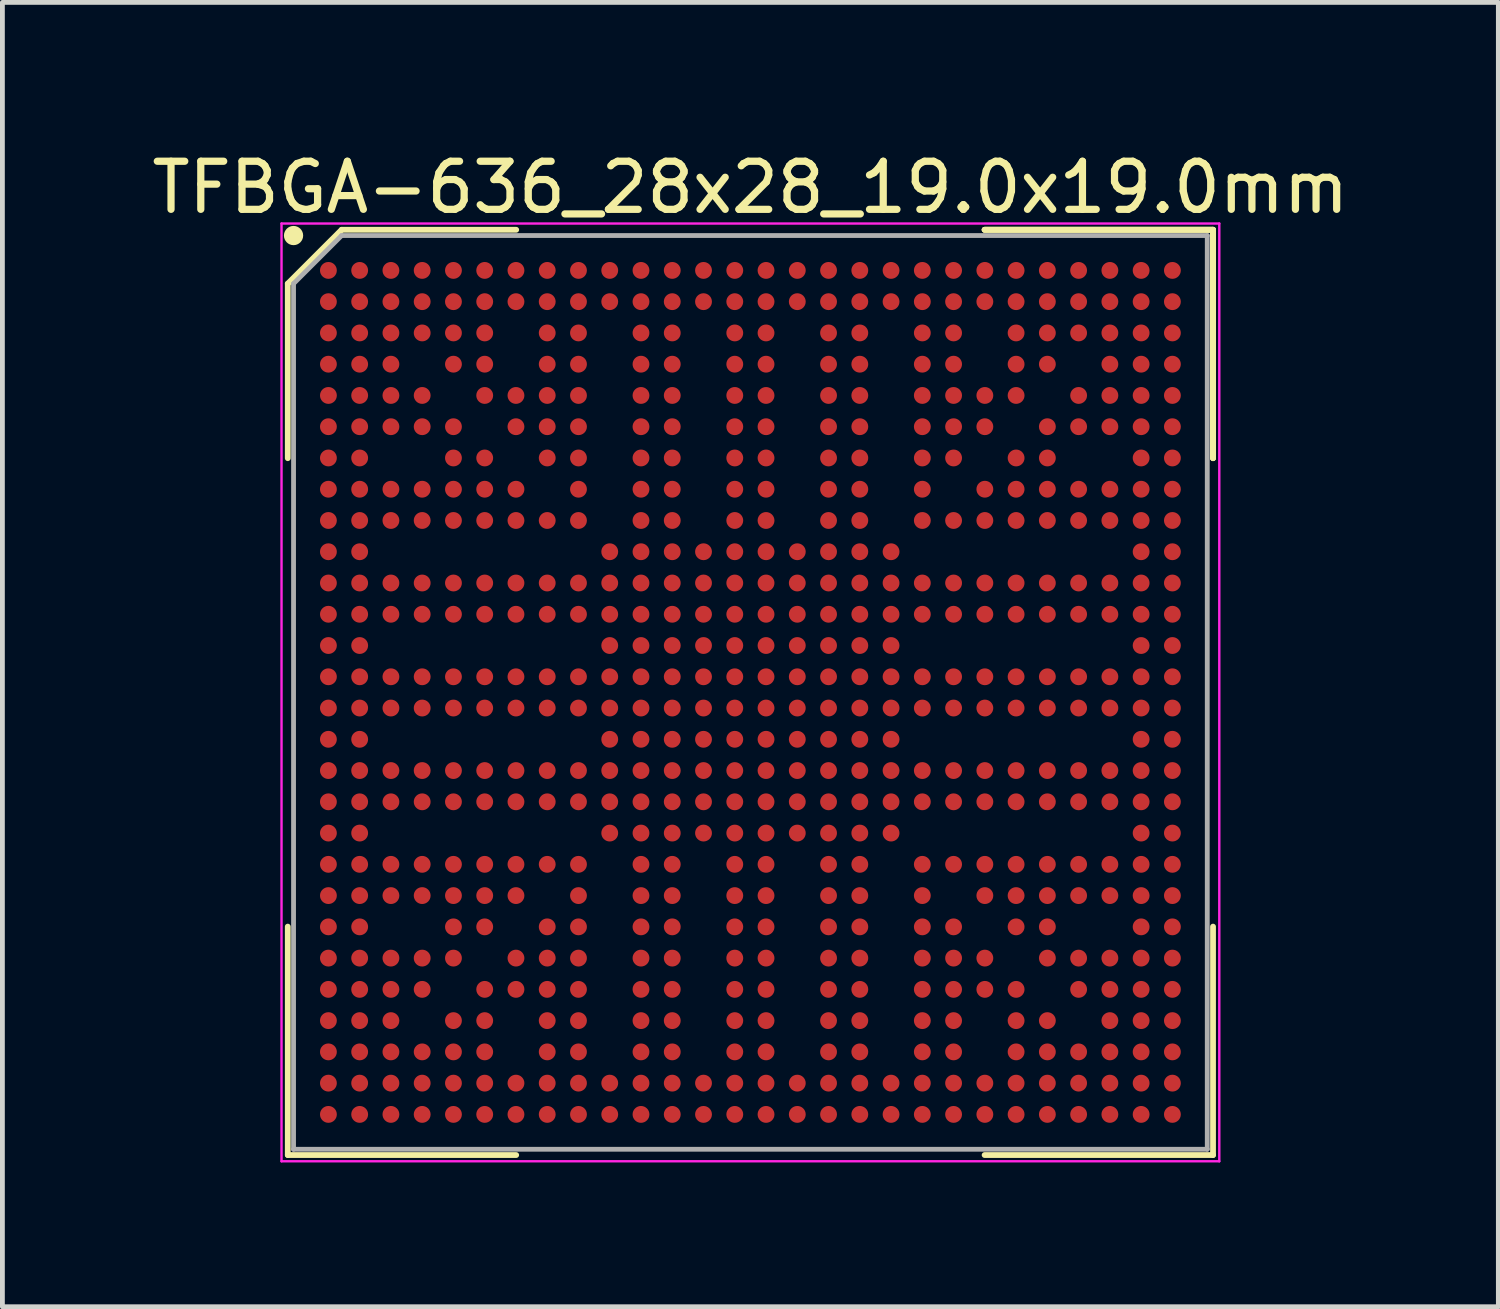
<source format=kicad_pcb>
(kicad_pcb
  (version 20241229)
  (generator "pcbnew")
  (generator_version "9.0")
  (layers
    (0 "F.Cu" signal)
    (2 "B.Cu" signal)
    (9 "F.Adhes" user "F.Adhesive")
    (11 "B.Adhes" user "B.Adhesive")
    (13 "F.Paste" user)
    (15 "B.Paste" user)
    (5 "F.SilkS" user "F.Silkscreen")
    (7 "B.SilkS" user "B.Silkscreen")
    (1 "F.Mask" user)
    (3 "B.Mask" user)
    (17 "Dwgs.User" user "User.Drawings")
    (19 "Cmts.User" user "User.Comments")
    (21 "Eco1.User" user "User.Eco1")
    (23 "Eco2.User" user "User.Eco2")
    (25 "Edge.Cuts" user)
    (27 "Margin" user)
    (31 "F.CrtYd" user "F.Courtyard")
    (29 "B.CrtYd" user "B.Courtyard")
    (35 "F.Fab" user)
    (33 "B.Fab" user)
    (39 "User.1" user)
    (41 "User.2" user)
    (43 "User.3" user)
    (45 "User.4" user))
  (footprint "TFBGA-636_28x28_19.0x19.0mm"
    (layer "F.Cu")
    (at 12.554 11.348)
    (property "Reference" "TFBGA-636_28x28_19.0x19.0mm" (at 0 -10.5 0) (layer "F.SilkS") (effects (font (size 1 1) (thickness 0.15))))
    (attr smd)
    (fp_line (start -9.62 -8.5) (end -9.62 -4.87) (stroke (width 0.12) (type solid)) (layer "F.SilkS"))
    (fp_line (start -9.62 9.62) (end -9.62 4.87) (stroke (width 0.12) (type solid)) (layer "F.SilkS"))
    (fp_line (start -8.5 -9.62) (end -9.62 -8.5) (stroke (width 0.12) (type solid)) (layer "F.SilkS"))
    (fp_line (start -4.87 -9.62) (end -8.5 -9.62) (stroke (width 0.12) (type solid)) (layer "F.SilkS"))
    (fp_line (start -4.87 9.62) (end -9.62 9.62) (stroke (width 0.12) (type solid)) (layer "F.SilkS"))
    (fp_line (start 4.87 -9.62) (end 9.62 -9.62) (stroke (width 0.12) (type solid)) (layer "F.SilkS"))
    (fp_line (start 4.87 -9.62) (end 9.62 -9.62) (stroke (width 0.12) (type solid)) (layer "F.SilkS"))
    (fp_line (start 4.87 -9.62) (end 9.62 -9.62) (stroke (width 0.12) (type solid)) (layer "F.SilkS"))
    (fp_line (start 4.87 9.62) (end 9.62 9.62) (stroke (width 0.12) (type solid)) (layer "F.SilkS"))
    (fp_line (start 9.62 -9.62) (end 9.62 -4.87) (stroke (width 0.12) (type solid)) (layer "F.SilkS"))
    (fp_line (start 9.62 -9.62) (end 9.62 -4.87) (stroke (width 0.12) (type solid)) (layer "F.SilkS"))
    (fp_line (start 9.62 -9.62) (end 9.62 -4.87) (stroke (width 0.12) (type solid)) (layer "F.SilkS"))
    (fp_line (start 9.62 9.62) (end 9.62 4.87) (stroke (width 0.12) (type solid)) (layer "F.SilkS"))
    (fp_circle (center -9.5 -9.5) (end -9.5 -9.4) (stroke (width 0.2) (type solid)) (fill no) (layer "F.SilkS"))
    (fp_line (start -9.75 -9.75) (end 9.75 -9.75) (stroke (width 0.05) (type solid)) (layer "F.CrtYd"))
    (fp_line (start -9.75 9.75) (end -9.75 -9.75) (stroke (width 0.05) (type solid)) (layer "F.CrtYd"))
    (fp_line (start 9.75 -9.75) (end 9.75 9.75) (stroke (width 0.05) (type solid)) (layer "F.CrtYd"))
    (fp_line (start 9.75 9.75) (end -9.75 9.75) (stroke (width 0.05) (type solid)) (layer "F.CrtYd"))
    (fp_line (start -9.5 -8.5) (end -9.5 9.5) (stroke (width 0.1) (type solid)) (layer "F.Fab"))
    (fp_line (start -9.5 9.5) (end 9.5 9.5) (stroke (width 0.1) (type solid)) (layer "F.Fab"))
    (fp_line (start -8.5 -9.5) (end -9.5 -8.5) (stroke (width 0.1) (type solid)) (layer "F.Fab"))
    (fp_line (start 9.5 -9.5) (end -8.5 -9.5) (stroke (width 0.1) (type solid)) (layer "F.Fab"))
    (fp_line (start 9.5 9.5) (end 9.5 -9.5) (stroke (width 0.1) (type solid)) (layer "F.Fab"))
    (pad "A1" smd circle (at -8.775 -8.775) (size 0.35 0.35) (layers "F.Cu" "F.Mask" "F.Paste"))
    (pad "A2" smd circle (at -8.125 -8.775) (size 0.35 0.35) (layers "F.Cu" "F.Mask" "F.Paste"))
    (pad "A3" smd circle (at -7.475 -8.775) (size 0.35 0.35) (layers "F.Cu" "F.Mask" "F.Paste"))
    (pad "A4" smd circle (at -6.825 -8.775) (size 0.35 0.35) (layers "F.Cu" "F.Mask" "F.Paste"))
    (pad "A5" smd circle (at -6.175 -8.775) (size 0.35 0.35) (layers "F.Cu" "F.Mask" "F.Paste"))
    (pad "A6" smd circle (at -5.525 -8.775) (size 0.35 0.35) (layers "F.Cu" "F.Mask" "F.Paste"))
    (pad "A7" smd circle (at -4.875 -8.775) (size 0.35 0.35) (layers "F.Cu" "F.Mask" "F.Paste"))
    (pad "A8" smd circle (at -4.225 -8.775) (size 0.35 0.35) (layers "F.Cu" "F.Mask" "F.Paste"))
    (pad "A9" smd circle (at -3.575 -8.775) (size 0.35 0.35) (layers "F.Cu" "F.Mask" "F.Paste"))
    (pad "A10" smd circle (at -2.925 -8.775) (size 0.35 0.35) (layers "F.Cu" "F.Mask" "F.Paste"))
    (pad "A11" smd circle (at -2.275 -8.775) (size 0.35 0.35) (layers "F.Cu" "F.Mask" "F.Paste"))
    (pad "A12" smd circle (at -1.625 -8.775) (size 0.35 0.35) (layers "F.Cu" "F.Mask" "F.Paste"))
    (pad "A13" smd circle (at -0.975 -8.775) (size 0.35 0.35) (layers "F.Cu" "F.Mask" "F.Paste"))
    (pad "A14" smd circle (at -0.325 -8.775) (size 0.35 0.35) (layers "F.Cu" "F.Mask" "F.Paste"))
    (pad "A15" smd circle (at 0.325 -8.775) (size 0.35 0.35) (layers "F.Cu" "F.Mask" "F.Paste"))
    (pad "A16" smd circle (at 0.975 -8.775) (size 0.35 0.35) (layers "F.Cu" "F.Mask" "F.Paste"))
    (pad "A17" smd circle (at 1.625 -8.775) (size 0.35 0.35) (layers "F.Cu" "F.Mask" "F.Paste"))
    (pad "A18" smd circle (at 2.275 -8.775) (size 0.35 0.35) (layers "F.Cu" "F.Mask" "F.Paste"))
    (pad "A19" smd circle (at 2.925 -8.775) (size 0.35 0.35) (layers "F.Cu" "F.Mask" "F.Paste"))
    (pad "A20" smd circle (at 3.575 -8.775) (size 0.35 0.35) (layers "F.Cu" "F.Mask" "F.Paste"))
    (pad "A21" smd circle (at 4.225 -8.775) (size 0.35 0.35) (layers "F.Cu" "F.Mask" "F.Paste"))
    (pad "A22" smd circle (at 4.875 -8.775) (size 0.35 0.35) (layers "F.Cu" "F.Mask" "F.Paste"))
    (pad "A23" smd circle (at 5.525 -8.775) (size 0.35 0.35) (layers "F.Cu" "F.Mask" "F.Paste"))
    (pad "A24" smd circle (at 6.175 -8.775) (size 0.35 0.35) (layers "F.Cu" "F.Mask" "F.Paste"))
    (pad "A25" smd circle (at 6.825 -8.775) (size 0.35 0.35) (layers "F.Cu" "F.Mask" "F.Paste"))
    (pad "A26" smd circle (at 7.475 -8.775) (size 0.35 0.35) (layers "F.Cu" "F.Mask" "F.Paste"))
    (pad "A27" smd circle (at 8.125 -8.775) (size 0.35 0.35) (layers "F.Cu" "F.Mask" "F.Paste"))
    (pad "A28" smd circle (at 8.775 -8.775) (size 0.35 0.35) (layers "F.Cu" "F.Mask" "F.Paste"))
    (pad "AA1" smd circle (at -8.775 4.225) (size 0.35 0.35) (layers "F.Cu" "F.Mask" "F.Paste"))
    (pad "AA2" smd circle (at -8.125 4.225) (size 0.35 0.35) (layers "F.Cu" "F.Mask" "F.Paste"))
    (pad "AA3" smd circle (at -7.475 4.225) (size 0.35 0.35) (layers "F.Cu" "F.Mask" "F.Paste"))
    (pad "AA4" smd circle (at -6.825 4.225) (size 0.35 0.35) (layers "F.Cu" "F.Mask" "F.Paste"))
    (pad "AA5" smd circle (at -6.175 4.225) (size 0.35 0.35) (layers "F.Cu" "F.Mask" "F.Paste"))
    (pad "AA6" smd circle (at -5.525 4.225) (size 0.35 0.35) (layers "F.Cu" "F.Mask" "F.Paste"))
    (pad "AA7" smd circle (at -4.875 4.225) (size 0.35 0.35) (layers "F.Cu" "F.Mask" "F.Paste"))
    (pad "AA9" smd circle (at -3.575 4.225) (size 0.35 0.35) (layers "F.Cu" "F.Mask" "F.Paste"))
    (pad "AA11" smd circle (at -2.275 4.225) (size 0.35 0.35) (layers "F.Cu" "F.Mask" "F.Paste"))
    (pad "AA12" smd circle (at -1.625 4.225) (size 0.35 0.35) (layers "F.Cu" "F.Mask" "F.Paste"))
    (pad "AA14" smd circle (at -0.325 4.225) (size 0.35 0.35) (layers "F.Cu" "F.Mask" "F.Paste"))
    (pad "AA15" smd circle (at 0.325 4.225) (size 0.35 0.35) (layers "F.Cu" "F.Mask" "F.Paste"))
    (pad "AA17" smd circle (at 1.625 4.225) (size 0.35 0.35) (layers "F.Cu" "F.Mask" "F.Paste"))
    (pad "AA18" smd circle (at 2.275 4.225) (size 0.35 0.35) (layers "F.Cu" "F.Mask" "F.Paste"))
    (pad "AA20" smd circle (at 3.575 4.225) (size 0.35 0.35) (layers "F.Cu" "F.Mask" "F.Paste"))
    (pad "AA22" smd circle (at 4.875 4.225) (size 0.35 0.35) (layers "F.Cu" "F.Mask" "F.Paste"))
    (pad "AA23" smd circle (at 5.525 4.225) (size 0.35 0.35) (layers "F.Cu" "F.Mask" "F.Paste"))
    (pad "AA24" smd circle (at 6.175 4.225) (size 0.35 0.35) (layers "F.Cu" "F.Mask" "F.Paste"))
    (pad "AA25" smd circle (at 6.825 4.225) (size 0.35 0.35) (layers "F.Cu" "F.Mask" "F.Paste"))
    (pad "AA26" smd circle (at 7.475 4.225) (size 0.35 0.35) (layers "F.Cu" "F.Mask" "F.Paste"))
    (pad "AA27" smd circle (at 8.125 4.225) (size 0.35 0.35) (layers "F.Cu" "F.Mask" "F.Paste"))
    (pad "AA28" smd circle (at 8.775 4.225) (size 0.35 0.35) (layers "F.Cu" "F.Mask" "F.Paste"))
    (pad "AB1" smd circle (at -8.775 4.875) (size 0.35 0.35) (layers "F.Cu" "F.Mask" "F.Paste"))
    (pad "AB2" smd circle (at -8.125 4.875) (size 0.35 0.35) (layers "F.Cu" "F.Mask" "F.Paste"))
    (pad "AB5" smd circle (at -6.175 4.875) (size 0.35 0.35) (layers "F.Cu" "F.Mask" "F.Paste"))
    (pad "AB6" smd circle (at -5.525 4.875) (size 0.35 0.35) (layers "F.Cu" "F.Mask" "F.Paste"))
    (pad "AB8" smd circle (at -4.225 4.875) (size 0.35 0.35) (layers "F.Cu" "F.Mask" "F.Paste"))
    (pad "AB9" smd circle (at -3.575 4.875) (size 0.35 0.35) (layers "F.Cu" "F.Mask" "F.Paste"))
    (pad "AB11" smd circle (at -2.275 4.875) (size 0.35 0.35) (layers "F.Cu" "F.Mask" "F.Paste"))
    (pad "AB12" smd circle (at -1.625 4.875) (size 0.35 0.35) (layers "F.Cu" "F.Mask" "F.Paste"))
    (pad "AB14" smd circle (at -0.325 4.875) (size 0.35 0.35) (layers "F.Cu" "F.Mask" "F.Paste"))
    (pad "AB15" smd circle (at 0.325 4.875) (size 0.35 0.35) (layers "F.Cu" "F.Mask" "F.Paste"))
    (pad "AB17" smd circle (at 1.625 4.875) (size 0.35 0.35) (layers "F.Cu" "F.Mask" "F.Paste"))
    (pad "AB18" smd circle (at 2.275 4.875) (size 0.35 0.35) (layers "F.Cu" "F.Mask" "F.Paste"))
    (pad "AB20" smd circle (at 3.575 4.875) (size 0.35 0.35) (layers "F.Cu" "F.Mask" "F.Paste"))
    (pad "AB21" smd circle (at 4.225 4.875) (size 0.35 0.35) (layers "F.Cu" "F.Mask" "F.Paste"))
    (pad "AB23" smd circle (at 5.525 4.875) (size 0.35 0.35) (layers "F.Cu" "F.Mask" "F.Paste"))
    (pad "AB24" smd circle (at 6.175 4.875) (size 0.35 0.35) (layers "F.Cu" "F.Mask" "F.Paste"))
    (pad "AB27" smd circle (at 8.125 4.875) (size 0.35 0.35) (layers "F.Cu" "F.Mask" "F.Paste"))
    (pad "AB28" smd circle (at 8.775 4.875) (size 0.35 0.35) (layers "F.Cu" "F.Mask" "F.Paste"))
    (pad "AC1" smd circle (at -8.775 5.525) (size 0.35 0.35) (layers "F.Cu" "F.Mask" "F.Paste"))
    (pad "AC2" smd circle (at -8.125 5.525) (size 0.35 0.35) (layers "F.Cu" "F.Mask" "F.Paste"))
    (pad "AC3" smd circle (at -7.475 5.525) (size 0.35 0.35) (layers "F.Cu" "F.Mask" "F.Paste"))
    (pad "AC4" smd circle (at -6.825 5.525) (size 0.35 0.35) (layers "F.Cu" "F.Mask" "F.Paste"))
    (pad "AC5" smd circle (at -6.175 5.525) (size 0.35 0.35) (layers "F.Cu" "F.Mask" "F.Paste"))
    (pad "AC7" smd circle (at -4.875 5.525) (size 0.35 0.35) (layers "F.Cu" "F.Mask" "F.Paste"))
    (pad "AC8" smd circle (at -4.225 5.525) (size 0.35 0.35) (layers "F.Cu" "F.Mask" "F.Paste"))
    (pad "AC9" smd circle (at -3.575 5.525) (size 0.35 0.35) (layers "F.Cu" "F.Mask" "F.Paste"))
    (pad "AC11" smd circle (at -2.275 5.525) (size 0.35 0.35) (layers "F.Cu" "F.Mask" "F.Paste"))
    (pad "AC12" smd circle (at -1.625 5.525) (size 0.35 0.35) (layers "F.Cu" "F.Mask" "F.Paste"))
    (pad "AC14" smd circle (at -0.325 5.525) (size 0.35 0.35) (layers "F.Cu" "F.Mask" "F.Paste"))
    (pad "AC15" smd circle (at 0.325 5.525) (size 0.35 0.35) (layers "F.Cu" "F.Mask" "F.Paste"))
    (pad "AC17" smd circle (at 1.625 5.525) (size 0.35 0.35) (layers "F.Cu" "F.Mask" "F.Paste"))
    (pad "AC18" smd circle (at 2.275 5.525) (size 0.35 0.35) (layers "F.Cu" "F.Mask" "F.Paste"))
    (pad "AC20" smd circle (at 3.575 5.525) (size 0.35 0.35) (layers "F.Cu" "F.Mask" "F.Paste"))
    (pad "AC21" smd circle (at 4.225 5.525) (size 0.35 0.35) (layers "F.Cu" "F.Mask" "F.Paste"))
    (pad "AC22" smd circle (at 4.875 5.525) (size 0.35 0.35) (layers "F.Cu" "F.Mask" "F.Paste"))
    (pad "AC24" smd circle (at 6.175 5.525) (size 0.35 0.35) (layers "F.Cu" "F.Mask" "F.Paste"))
    (pad "AC25" smd circle (at 6.825 5.525) (size 0.35 0.35) (layers "F.Cu" "F.Mask" "F.Paste"))
    (pad "AC26" smd circle (at 7.475 5.525) (size 0.35 0.35) (layers "F.Cu" "F.Mask" "F.Paste"))
    (pad "AC27" smd circle (at 8.125 5.525) (size 0.35 0.35) (layers "F.Cu" "F.Mask" "F.Paste"))
    (pad "AC28" smd circle (at 8.775 5.525) (size 0.35 0.35) (layers "F.Cu" "F.Mask" "F.Paste"))
    (pad "AD1" smd circle (at -8.775 6.175) (size 0.35 0.35) (layers "F.Cu" "F.Mask" "F.Paste"))
    (pad "AD2" smd circle (at -8.125 6.175) (size 0.35 0.35) (layers "F.Cu" "F.Mask" "F.Paste"))
    (pad "AD3" smd circle (at -7.475 6.175) (size 0.35 0.35) (layers "F.Cu" "F.Mask" "F.Paste"))
    (pad "AD4" smd circle (at -6.825 6.175) (size 0.35 0.35) (layers "F.Cu" "F.Mask" "F.Paste"))
    (pad "AD6" smd circle (at -5.525 6.175) (size 0.35 0.35) (layers "F.Cu" "F.Mask" "F.Paste"))
    (pad "AD7" smd circle (at -4.875 6.175) (size 0.35 0.35) (layers "F.Cu" "F.Mask" "F.Paste"))
    (pad "AD8" smd circle (at -4.225 6.175) (size 0.35 0.35) (layers "F.Cu" "F.Mask" "F.Paste"))
    (pad "AD9" smd circle (at -3.575 6.175) (size 0.35 0.35) (layers "F.Cu" "F.Mask" "F.Paste"))
    (pad "AD11" smd circle (at -2.275 6.175) (size 0.35 0.35) (layers "F.Cu" "F.Mask" "F.Paste"))
    (pad "AD12" smd circle (at -1.625 6.175) (size 0.35 0.35) (layers "F.Cu" "F.Mask" "F.Paste"))
    (pad "AD14" smd circle (at -0.325 6.175) (size 0.35 0.35) (layers "F.Cu" "F.Mask" "F.Paste"))
    (pad "AD15" smd circle (at 0.325 6.175) (size 0.35 0.35) (layers "F.Cu" "F.Mask" "F.Paste"))
    (pad "AD17" smd circle (at 1.625 6.175) (size 0.35 0.35) (layers "F.Cu" "F.Mask" "F.Paste"))
    (pad "AD18" smd circle (at 2.275 6.175) (size 0.35 0.35) (layers "F.Cu" "F.Mask" "F.Paste"))
    (pad "AD20" smd circle (at 3.575 6.175) (size 0.35 0.35) (layers "F.Cu" "F.Mask" "F.Paste"))
    (pad "AD21" smd circle (at 4.225 6.175) (size 0.35 0.35) (layers "F.Cu" "F.Mask" "F.Paste"))
    (pad "AD22" smd circle (at 4.875 6.175) (size 0.35 0.35) (layers "F.Cu" "F.Mask" "F.Paste"))
    (pad "AD23" smd circle (at 5.525 6.175) (size 0.35 0.35) (layers "F.Cu" "F.Mask" "F.Paste"))
    (pad "AD25" smd circle (at 6.825 6.175) (size 0.35 0.35) (layers "F.Cu" "F.Mask" "F.Paste"))
    (pad "AD26" smd circle (at 7.475 6.175) (size 0.35 0.35) (layers "F.Cu" "F.Mask" "F.Paste"))
    (pad "AD27" smd circle (at 8.125 6.175) (size 0.35 0.35) (layers "F.Cu" "F.Mask" "F.Paste"))
    (pad "AD28" smd circle (at 8.775 6.175) (size 0.35 0.35) (layers "F.Cu" "F.Mask" "F.Paste"))
    (pad "AE1" smd circle (at -8.775 6.825) (size 0.35 0.35) (layers "F.Cu" "F.Mask" "F.Paste"))
    (pad "AE2" smd circle (at -8.125 6.825) (size 0.35 0.35) (layers "F.Cu" "F.Mask" "F.Paste"))
    (pad "AE3" smd circle (at -7.475 6.825) (size 0.35 0.35) (layers "F.Cu" "F.Mask" "F.Paste"))
    (pad "AE5" smd circle (at -6.175 6.825) (size 0.35 0.35) (layers "F.Cu" "F.Mask" "F.Paste"))
    (pad "AE6" smd circle (at -5.525 6.825) (size 0.35 0.35) (layers "F.Cu" "F.Mask" "F.Paste"))
    (pad "AE8" smd circle (at -4.225 6.825) (size 0.35 0.35) (layers "F.Cu" "F.Mask" "F.Paste"))
    (pad "AE9" smd circle (at -3.575 6.825) (size 0.35 0.35) (layers "F.Cu" "F.Mask" "F.Paste"))
    (pad "AE11" smd circle (at -2.275 6.825) (size 0.35 0.35) (layers "F.Cu" "F.Mask" "F.Paste"))
    (pad "AE12" smd circle (at -1.625 6.825) (size 0.35 0.35) (layers "F.Cu" "F.Mask" "F.Paste"))
    (pad "AE14" smd circle (at -0.325 6.825) (size 0.35 0.35) (layers "F.Cu" "F.Mask" "F.Paste"))
    (pad "AE15" smd circle (at 0.325 6.825) (size 0.35 0.35) (layers "F.Cu" "F.Mask" "F.Paste"))
    (pad "AE17" smd circle (at 1.625 6.825) (size 0.35 0.35) (layers "F.Cu" "F.Mask" "F.Paste"))
    (pad "AE18" smd circle (at 2.275 6.825) (size 0.35 0.35) (layers "F.Cu" "F.Mask" "F.Paste"))
    (pad "AE20" smd circle (at 3.575 6.825) (size 0.35 0.35) (layers "F.Cu" "F.Mask" "F.Paste"))
    (pad "AE21" smd circle (at 4.225 6.825) (size 0.35 0.35) (layers "F.Cu" "F.Mask" "F.Paste"))
    (pad "AE23" smd circle (at 5.525 6.825) (size 0.35 0.35) (layers "F.Cu" "F.Mask" "F.Paste"))
    (pad "AE24" smd circle (at 6.175 6.825) (size 0.35 0.35) (layers "F.Cu" "F.Mask" "F.Paste"))
    (pad "AE26" smd circle (at 7.475 6.825) (size 0.35 0.35) (layers "F.Cu" "F.Mask" "F.Paste"))
    (pad "AE27" smd circle (at 8.125 6.825) (size 0.35 0.35) (layers "F.Cu" "F.Mask" "F.Paste"))
    (pad "AE28" smd circle (at 8.775 6.825) (size 0.35 0.35) (layers "F.Cu" "F.Mask" "F.Paste"))
    (pad "AF1" smd circle (at -8.775 7.475) (size 0.35 0.35) (layers "F.Cu" "F.Mask" "F.Paste"))
    (pad "AF2" smd circle (at -8.125 7.475) (size 0.35 0.35) (layers "F.Cu" "F.Mask" "F.Paste"))
    (pad "AF3" smd circle (at -7.475 7.475) (size 0.35 0.35) (layers "F.Cu" "F.Mask" "F.Paste"))
    (pad "AF4" smd circle (at -6.825 7.475) (size 0.35 0.35) (layers "F.Cu" "F.Mask" "F.Paste"))
    (pad "AF5" smd circle (at -6.175 7.475) (size 0.35 0.35) (layers "F.Cu" "F.Mask" "F.Paste"))
    (pad "AF6" smd circle (at -5.525 7.475) (size 0.35 0.35) (layers "F.Cu" "F.Mask" "F.Paste"))
    (pad "AF8" smd circle (at -4.225 7.475) (size 0.35 0.35) (layers "F.Cu" "F.Mask" "F.Paste"))
    (pad "AF9" smd circle (at -3.575 7.475) (size 0.35 0.35) (layers "F.Cu" "F.Mask" "F.Paste"))
    (pad "AF11" smd circle (at -2.275 7.475) (size 0.35 0.35) (layers "F.Cu" "F.Mask" "F.Paste"))
    (pad "AF12" smd circle (at -1.625 7.475) (size 0.35 0.35) (layers "F.Cu" "F.Mask" "F.Paste"))
    (pad "AF14" smd circle (at -0.325 7.475) (size 0.35 0.35) (layers "F.Cu" "F.Mask" "F.Paste"))
    (pad "AF15" smd circle (at 0.325 7.475) (size 0.35 0.35) (layers "F.Cu" "F.Mask" "F.Paste"))
    (pad "AF17" smd circle (at 1.625 7.475) (size 0.35 0.35) (layers "F.Cu" "F.Mask" "F.Paste"))
    (pad "AF18" smd circle (at 2.275 7.475) (size 0.35 0.35) (layers "F.Cu" "F.Mask" "F.Paste"))
    (pad "AF20" smd circle (at 3.575 7.475) (size 0.35 0.35) (layers "F.Cu" "F.Mask" "F.Paste"))
    (pad "AF21" smd circle (at 4.225 7.475) (size 0.35 0.35) (layers "F.Cu" "F.Mask" "F.Paste"))
    (pad "AF23" smd circle (at 5.525 7.475) (size 0.35 0.35) (layers "F.Cu" "F.Mask" "F.Paste"))
    (pad "AF24" smd circle (at 6.175 7.475) (size 0.35 0.35) (layers "F.Cu" "F.Mask" "F.Paste"))
    (pad "AF25" smd circle (at 6.825 7.475) (size 0.35 0.35) (layers "F.Cu" "F.Mask" "F.Paste"))
    (pad "AF26" smd circle (at 7.475 7.475) (size 0.35 0.35) (layers "F.Cu" "F.Mask" "F.Paste"))
    (pad "AF27" smd circle (at 8.125 7.475) (size 0.35 0.35) (layers "F.Cu" "F.Mask" "F.Paste"))
    (pad "AF28" smd circle (at 8.775 7.475) (size 0.35 0.35) (layers "F.Cu" "F.Mask" "F.Paste"))
    (pad "AG1" smd circle (at -8.775 8.125) (size 0.35 0.35) (layers "F.Cu" "F.Mask" "F.Paste"))
    (pad "AG2" smd circle (at -8.125 8.125) (size 0.35 0.35) (layers "F.Cu" "F.Mask" "F.Paste"))
    (pad "AG3" smd circle (at -7.475 8.125) (size 0.35 0.35) (layers "F.Cu" "F.Mask" "F.Paste"))
    (pad "AG4" smd circle (at -6.825 8.125) (size 0.35 0.35) (layers "F.Cu" "F.Mask" "F.Paste"))
    (pad "AG5" smd circle (at -6.175 8.125) (size 0.35 0.35) (layers "F.Cu" "F.Mask" "F.Paste"))
    (pad "AG6" smd circle (at -5.525 8.125) (size 0.35 0.35) (layers "F.Cu" "F.Mask" "F.Paste"))
    (pad "AG7" smd circle (at -4.875 8.125) (size 0.35 0.35) (layers "F.Cu" "F.Mask" "F.Paste"))
    (pad "AG8" smd circle (at -4.225 8.125) (size 0.35 0.35) (layers "F.Cu" "F.Mask" "F.Paste"))
    (pad "AG9" smd circle (at -3.575 8.125) (size 0.35 0.35) (layers "F.Cu" "F.Mask" "F.Paste"))
    (pad "AG10" smd circle (at -2.925 8.125) (size 0.35 0.35) (layers "F.Cu" "F.Mask" "F.Paste"))
    (pad "AG11" smd circle (at -2.275 8.125) (size 0.35 0.35) (layers "F.Cu" "F.Mask" "F.Paste"))
    (pad "AG12" smd circle (at -1.625 8.125) (size 0.35 0.35) (layers "F.Cu" "F.Mask" "F.Paste"))
    (pad "AG13" smd circle (at -0.975 8.125) (size 0.35 0.35) (layers "F.Cu" "F.Mask" "F.Paste"))
    (pad "AG14" smd circle (at -0.325 8.125) (size 0.35 0.35) (layers "F.Cu" "F.Mask" "F.Paste"))
    (pad "AG15" smd circle (at 0.325 8.125) (size 0.35 0.35) (layers "F.Cu" "F.Mask" "F.Paste"))
    (pad "AG16" smd circle (at 0.975 8.125) (size 0.35 0.35) (layers "F.Cu" "F.Mask" "F.Paste"))
    (pad "AG17" smd circle (at 1.625 8.125) (size 0.35 0.35) (layers "F.Cu" "F.Mask" "F.Paste"))
    (pad "AG18" smd circle (at 2.275 8.125) (size 0.35 0.35) (layers "F.Cu" "F.Mask" "F.Paste"))
    (pad "AG19" smd circle (at 2.925 8.125) (size 0.35 0.35) (layers "F.Cu" "F.Mask" "F.Paste"))
    (pad "AG20" smd circle (at 3.575 8.125) (size 0.35 0.35) (layers "F.Cu" "F.Mask" "F.Paste"))
    (pad "AG21" smd circle (at 4.225 8.125) (size 0.35 0.35) (layers "F.Cu" "F.Mask" "F.Paste"))
    (pad "AG22" smd circle (at 4.875 8.125) (size 0.35 0.35) (layers "F.Cu" "F.Mask" "F.Paste"))
    (pad "AG23" smd circle (at 5.525 8.125) (size 0.35 0.35) (layers "F.Cu" "F.Mask" "F.Paste"))
    (pad "AG24" smd circle (at 6.175 8.125) (size 0.35 0.35) (layers "F.Cu" "F.Mask" "F.Paste"))
    (pad "AG25" smd circle (at 6.825 8.125) (size 0.35 0.35) (layers "F.Cu" "F.Mask" "F.Paste"))
    (pad "AG26" smd circle (at 7.475 8.125) (size 0.35 0.35) (layers "F.Cu" "F.Mask" "F.Paste"))
    (pad "AG27" smd circle (at 8.125 8.125) (size 0.35 0.35) (layers "F.Cu" "F.Mask" "F.Paste"))
    (pad "AG28" smd circle (at 8.775 8.125) (size 0.35 0.35) (layers "F.Cu" "F.Mask" "F.Paste"))
    (pad "AH1" smd circle (at -8.775 8.775) (size 0.35 0.35) (layers "F.Cu" "F.Mask" "F.Paste"))
    (pad "AH2" smd circle (at -8.125 8.775) (size 0.35 0.35) (layers "F.Cu" "F.Mask" "F.Paste"))
    (pad "AH3" smd circle (at -7.475 8.775) (size 0.35 0.35) (layers "F.Cu" "F.Mask" "F.Paste"))
    (pad "AH4" smd circle (at -6.825 8.775) (size 0.35 0.35) (layers "F.Cu" "F.Mask" "F.Paste"))
    (pad "AH5" smd circle (at -6.175 8.775) (size 0.35 0.35) (layers "F.Cu" "F.Mask" "F.Paste"))
    (pad "AH6" smd circle (at -5.525 8.775) (size 0.35 0.35) (layers "F.Cu" "F.Mask" "F.Paste"))
    (pad "AH7" smd circle (at -4.875 8.775) (size 0.35 0.35) (layers "F.Cu" "F.Mask" "F.Paste"))
    (pad "AH8" smd circle (at -4.225 8.775) (size 0.35 0.35) (layers "F.Cu" "F.Mask" "F.Paste"))
    (pad "AH9" smd circle (at -3.575 8.775) (size 0.35 0.35) (layers "F.Cu" "F.Mask" "F.Paste"))
    (pad "AH10" smd circle (at -2.925 8.775) (size 0.35 0.35) (layers "F.Cu" "F.Mask" "F.Paste"))
    (pad "AH11" smd circle (at -2.275 8.775) (size 0.35 0.35) (layers "F.Cu" "F.Mask" "F.Paste"))
    (pad "AH12" smd circle (at -1.625 8.775) (size 0.35 0.35) (layers "F.Cu" "F.Mask" "F.Paste"))
    (pad "AH13" smd circle (at -0.975 8.775) (size 0.35 0.35) (layers "F.Cu" "F.Mask" "F.Paste"))
    (pad "AH14" smd circle (at -0.325 8.775) (size 0.35 0.35) (layers "F.Cu" "F.Mask" "F.Paste"))
    (pad "AH15" smd circle (at 0.325 8.775) (size 0.35 0.35) (layers "F.Cu" "F.Mask" "F.Paste"))
    (pad "AH16" smd circle (at 0.975 8.775) (size 0.35 0.35) (layers "F.Cu" "F.Mask" "F.Paste"))
    (pad "AH17" smd circle (at 1.625 8.775) (size 0.35 0.35) (layers "F.Cu" "F.Mask" "F.Paste"))
    (pad "AH18" smd circle (at 2.275 8.775) (size 0.35 0.35) (layers "F.Cu" "F.Mask" "F.Paste"))
    (pad "AH19" smd circle (at 2.925 8.775) (size 0.35 0.35) (layers "F.Cu" "F.Mask" "F.Paste"))
    (pad "AH20" smd circle (at 3.575 8.775) (size 0.35 0.35) (layers "F.Cu" "F.Mask" "F.Paste"))
    (pad "AH21" smd circle (at 4.225 8.775) (size 0.35 0.35) (layers "F.Cu" "F.Mask" "F.Paste"))
    (pad "AH22" smd circle (at 4.875 8.775) (size 0.35 0.35) (layers "F.Cu" "F.Mask" "F.Paste"))
    (pad "AH23" smd circle (at 5.525 8.775) (size 0.35 0.35) (layers "F.Cu" "F.Mask" "F.Paste"))
    (pad "AH24" smd circle (at 6.175 8.775) (size 0.35 0.35) (layers "F.Cu" "F.Mask" "F.Paste"))
    (pad "AH25" smd circle (at 6.825 8.775) (size 0.35 0.35) (layers "F.Cu" "F.Mask" "F.Paste"))
    (pad "AH26" smd circle (at 7.475 8.775) (size 0.35 0.35) (layers "F.Cu" "F.Mask" "F.Paste"))
    (pad "AH27" smd circle (at 8.125 8.775) (size 0.35 0.35) (layers "F.Cu" "F.Mask" "F.Paste"))
    (pad "AH28" smd circle (at 8.775 8.775) (size 0.35 0.35) (layers "F.Cu" "F.Mask" "F.Paste"))
    (pad "B1" smd circle (at -8.775 -8.125) (size 0.35 0.35) (layers "F.Cu" "F.Mask" "F.Paste"))
    (pad "B2" smd circle (at -8.125 -8.125) (size 0.35 0.35) (layers "F.Cu" "F.Mask" "F.Paste"))
    (pad "B3" smd circle (at -7.475 -8.125) (size 0.35 0.35) (layers "F.Cu" "F.Mask" "F.Paste"))
    (pad "B4" smd circle (at -6.825 -8.125) (size 0.35 0.35) (layers "F.Cu" "F.Mask" "F.Paste"))
    (pad "B5" smd circle (at -6.175 -8.125) (size 0.35 0.35) (layers "F.Cu" "F.Mask" "F.Paste"))
    (pad "B6" smd circle (at -5.525 -8.125) (size 0.35 0.35) (layers "F.Cu" "F.Mask" "F.Paste"))
    (pad "B7" smd circle (at -4.875 -8.125) (size 0.35 0.35) (layers "F.Cu" "F.Mask" "F.Paste"))
    (pad "B8" smd circle (at -4.225 -8.125) (size 0.35 0.35) (layers "F.Cu" "F.Mask" "F.Paste"))
    (pad "B9" smd circle (at -3.575 -8.125) (size 0.35 0.35) (layers "F.Cu" "F.Mask" "F.Paste"))
    (pad "B10" smd circle (at -2.925 -8.125) (size 0.35 0.35) (layers "F.Cu" "F.Mask" "F.Paste"))
    (pad "B11" smd circle (at -2.275 -8.125) (size 0.35 0.35) (layers "F.Cu" "F.Mask" "F.Paste"))
    (pad "B12" smd circle (at -1.625 -8.125) (size 0.35 0.35) (layers "F.Cu" "F.Mask" "F.Paste"))
    (pad "B13" smd circle (at -0.975 -8.125) (size 0.35 0.35) (layers "F.Cu" "F.Mask" "F.Paste"))
    (pad "B14" smd circle (at -0.325 -8.125) (size 0.35 0.35) (layers "F.Cu" "F.Mask" "F.Paste"))
    (pad "B15" smd circle (at 0.325 -8.125) (size 0.35 0.35) (layers "F.Cu" "F.Mask" "F.Paste"))
    (pad "B16" smd circle (at 0.975 -8.125) (size 0.35 0.35) (layers "F.Cu" "F.Mask" "F.Paste"))
    (pad "B17" smd circle (at 1.625 -8.125) (size 0.35 0.35) (layers "F.Cu" "F.Mask" "F.Paste"))
    (pad "B18" smd circle (at 2.275 -8.125) (size 0.35 0.35) (layers "F.Cu" "F.Mask" "F.Paste"))
    (pad "B19" smd circle (at 2.925 -8.125) (size 0.35 0.35) (layers "F.Cu" "F.Mask" "F.Paste"))
    (pad "B20" smd circle (at 3.575 -8.125) (size 0.35 0.35) (layers "F.Cu" "F.Mask" "F.Paste"))
    (pad "B21" smd circle (at 4.225 -8.125) (size 0.35 0.35) (layers "F.Cu" "F.Mask" "F.Paste"))
    (pad "B22" smd circle (at 4.875 -8.125) (size 0.35 0.35) (layers "F.Cu" "F.Mask" "F.Paste"))
    (pad "B23" smd circle (at 5.525 -8.125) (size 0.35 0.35) (layers "F.Cu" "F.Mask" "F.Paste"))
    (pad "B24" smd circle (at 6.175 -8.125) (size 0.35 0.35) (layers "F.Cu" "F.Mask" "F.Paste"))
    (pad "B25" smd circle (at 6.825 -8.125) (size 0.35 0.35) (layers "F.Cu" "F.Mask" "F.Paste"))
    (pad "B26" smd circle (at 7.475 -8.125) (size 0.35 0.35) (layers "F.Cu" "F.Mask" "F.Paste"))
    (pad "B27" smd circle (at 8.125 -8.125) (size 0.35 0.35) (layers "F.Cu" "F.Mask" "F.Paste"))
    (pad "B28" smd circle (at 8.775 -8.125) (size 0.35 0.35) (layers "F.Cu" "F.Mask" "F.Paste"))
    (pad "C1" smd circle (at -8.775 -7.475) (size 0.35 0.35) (layers "F.Cu" "F.Mask" "F.Paste"))
    (pad "C2" smd circle (at -8.125 -7.475) (size 0.35 0.35) (layers "F.Cu" "F.Mask" "F.Paste"))
    (pad "C3" smd circle (at -7.475 -7.475) (size 0.35 0.35) (layers "F.Cu" "F.Mask" "F.Paste"))
    (pad "C4" smd circle (at -6.825 -7.475) (size 0.35 0.35) (layers "F.Cu" "F.Mask" "F.Paste"))
    (pad "C5" smd circle (at -6.175 -7.475) (size 0.35 0.35) (layers "F.Cu" "F.Mask" "F.Paste"))
    (pad "C6" smd circle (at -5.525 -7.475) (size 0.35 0.35) (layers "F.Cu" "F.Mask" "F.Paste"))
    (pad "C8" smd circle (at -4.225 -7.475) (size 0.35 0.35) (layers "F.Cu" "F.Mask" "F.Paste"))
    (pad "C9" smd circle (at -3.575 -7.475) (size 0.35 0.35) (layers "F.Cu" "F.Mask" "F.Paste"))
    (pad "C11" smd circle (at -2.275 -7.475) (size 0.35 0.35) (layers "F.Cu" "F.Mask" "F.Paste"))
    (pad "C12" smd circle (at -1.625 -7.475) (size 0.35 0.35) (layers "F.Cu" "F.Mask" "F.Paste"))
    (pad "C14" smd circle (at -0.325 -7.475) (size 0.35 0.35) (layers "F.Cu" "F.Mask" "F.Paste"))
    (pad "C15" smd circle (at 0.325 -7.475) (size 0.35 0.35) (layers "F.Cu" "F.Mask" "F.Paste"))
    (pad "C17" smd circle (at 1.625 -7.475) (size 0.35 0.35) (layers "F.Cu" "F.Mask" "F.Paste"))
    (pad "C18" smd circle (at 2.275 -7.475) (size 0.35 0.35) (layers "F.Cu" "F.Mask" "F.Paste"))
    (pad "C20" smd circle (at 3.575 -7.475) (size 0.35 0.35) (layers "F.Cu" "F.Mask" "F.Paste"))
    (pad "C21" smd circle (at 4.225 -7.475) (size 0.35 0.35) (layers "F.Cu" "F.Mask" "F.Paste"))
    (pad "C23" smd circle (at 5.525 -7.475) (size 0.35 0.35) (layers "F.Cu" "F.Mask" "F.Paste"))
    (pad "C24" smd circle (at 6.175 -7.475) (size 0.35 0.35) (layers "F.Cu" "F.Mask" "F.Paste"))
    (pad "C25" smd circle (at 6.825 -7.475) (size 0.35 0.35) (layers "F.Cu" "F.Mask" "F.Paste"))
    (pad "C26" smd circle (at 7.475 -7.475) (size 0.35 0.35) (layers "F.Cu" "F.Mask" "F.Paste"))
    (pad "C27" smd circle (at 8.125 -7.475) (size 0.35 0.35) (layers "F.Cu" "F.Mask" "F.Paste"))
    (pad "C28" smd circle (at 8.775 -7.475) (size 0.35 0.35) (layers "F.Cu" "F.Mask" "F.Paste"))
    (pad "D1" smd circle (at -8.775 -6.825) (size 0.35 0.35) (layers "F.Cu" "F.Mask" "F.Paste"))
    (pad "D2" smd circle (at -8.125 -6.825) (size 0.35 0.35) (layers "F.Cu" "F.Mask" "F.Paste"))
    (pad "D3" smd circle (at -7.475 -6.825) (size 0.35 0.35) (layers "F.Cu" "F.Mask" "F.Paste"))
    (pad "D5" smd circle (at -6.175 -6.825) (size 0.35 0.35) (layers "F.Cu" "F.Mask" "F.Paste"))
    (pad "D6" smd circle (at -5.525 -6.825) (size 0.35 0.35) (layers "F.Cu" "F.Mask" "F.Paste"))
    (pad "D8" smd circle (at -4.225 -6.825) (size 0.35 0.35) (layers "F.Cu" "F.Mask" "F.Paste"))
    (pad "D9" smd circle (at -3.575 -6.825) (size 0.35 0.35) (layers "F.Cu" "F.Mask" "F.Paste"))
    (pad "D11" smd circle (at -2.275 -6.825) (size 0.35 0.35) (layers "F.Cu" "F.Mask" "F.Paste"))
    (pad "D12" smd circle (at -1.625 -6.825) (size 0.35 0.35) (layers "F.Cu" "F.Mask" "F.Paste"))
    (pad "D14" smd circle (at -0.325 -6.825) (size 0.35 0.35) (layers "F.Cu" "F.Mask" "F.Paste"))
    (pad "D15" smd circle (at 0.325 -6.825) (size 0.35 0.35) (layers "F.Cu" "F.Mask" "F.Paste"))
    (pad "D17" smd circle (at 1.625 -6.825) (size 0.35 0.35) (layers "F.Cu" "F.Mask" "F.Paste"))
    (pad "D18" smd circle (at 2.275 -6.825) (size 0.35 0.35) (layers "F.Cu" "F.Mask" "F.Paste"))
    (pad "D20" smd circle (at 3.575 -6.825) (size 0.35 0.35) (layers "F.Cu" "F.Mask" "F.Paste"))
    (pad "D21" smd circle (at 4.225 -6.825) (size 0.35 0.35) (layers "F.Cu" "F.Mask" "F.Paste"))
    (pad "D23" smd circle (at 5.525 -6.825) (size 0.35 0.35) (layers "F.Cu" "F.Mask" "F.Paste"))
    (pad "D24" smd circle (at 6.175 -6.825) (size 0.35 0.35) (layers "F.Cu" "F.Mask" "F.Paste"))
    (pad "D26" smd circle (at 7.475 -6.825) (size 0.35 0.35) (layers "F.Cu" "F.Mask" "F.Paste"))
    (pad "D27" smd circle (at 8.125 -6.825) (size 0.35 0.35) (layers "F.Cu" "F.Mask" "F.Paste"))
    (pad "D28" smd circle (at 8.775 -6.825) (size 0.35 0.35) (layers "F.Cu" "F.Mask" "F.Paste"))
    (pad "E1" smd circle (at -8.775 -6.175) (size 0.35 0.35) (layers "F.Cu" "F.Mask" "F.Paste"))
    (pad "E2" smd circle (at -8.125 -6.175) (size 0.35 0.35) (layers "F.Cu" "F.Mask" "F.Paste"))
    (pad "E3" smd circle (at -7.475 -6.175) (size 0.35 0.35) (layers "F.Cu" "F.Mask" "F.Paste"))
    (pad "E4" smd circle (at -6.825 -6.175) (size 0.35 0.35) (layers "F.Cu" "F.Mask" "F.Paste"))
    (pad "E6" smd circle (at -5.525 -6.175) (size 0.35 0.35) (layers "F.Cu" "F.Mask" "F.Paste"))
    (pad "E7" smd circle (at -4.875 -6.175) (size 0.35 0.35) (layers "F.Cu" "F.Mask" "F.Paste"))
    (pad "E8" smd circle (at -4.225 -6.175) (size 0.35 0.35) (layers "F.Cu" "F.Mask" "F.Paste"))
    (pad "E9" smd circle (at -3.575 -6.175) (size 0.35 0.35) (layers "F.Cu" "F.Mask" "F.Paste"))
    (pad "E11" smd circle (at -2.275 -6.175) (size 0.35 0.35) (layers "F.Cu" "F.Mask" "F.Paste"))
    (pad "E12" smd circle (at -1.625 -6.175) (size 0.35 0.35) (layers "F.Cu" "F.Mask" "F.Paste"))
    (pad "E14" smd circle (at -0.325 -6.175) (size 0.35 0.35) (layers "F.Cu" "F.Mask" "F.Paste"))
    (pad "E15" smd circle (at 0.325 -6.175) (size 0.35 0.35) (layers "F.Cu" "F.Mask" "F.Paste"))
    (pad "E17" smd circle (at 1.625 -6.175) (size 0.35 0.35) (layers "F.Cu" "F.Mask" "F.Paste"))
    (pad "E18" smd circle (at 2.275 -6.175) (size 0.35 0.35) (layers "F.Cu" "F.Mask" "F.Paste"))
    (pad "E20" smd circle (at 3.575 -6.175) (size 0.35 0.35) (layers "F.Cu" "F.Mask" "F.Paste"))
    (pad "E21" smd circle (at 4.225 -6.175) (size 0.35 0.35) (layers "F.Cu" "F.Mask" "F.Paste"))
    (pad "E22" smd circle (at 4.875 -6.175) (size 0.35 0.35) (layers "F.Cu" "F.Mask" "F.Paste"))
    (pad "E23" smd circle (at 5.525 -6.175) (size 0.35 0.35) (layers "F.Cu" "F.Mask" "F.Paste"))
    (pad "E25" smd circle (at 6.825 -6.175) (size 0.35 0.35) (layers "F.Cu" "F.Mask" "F.Paste"))
    (pad "E26" smd circle (at 7.475 -6.175) (size 0.35 0.35) (layers "F.Cu" "F.Mask" "F.Paste"))
    (pad "E27" smd circle (at 8.125 -6.175) (size 0.35 0.35) (layers "F.Cu" "F.Mask" "F.Paste"))
    (pad "E28" smd circle (at 8.775 -6.175) (size 0.35 0.35) (layers "F.Cu" "F.Mask" "F.Paste"))
    (pad "F1" smd circle (at -8.775 -5.525) (size 0.35 0.35) (layers "F.Cu" "F.Mask" "F.Paste"))
    (pad "F2" smd circle (at -8.125 -5.525) (size 0.35 0.35) (layers "F.Cu" "F.Mask" "F.Paste"))
    (pad "F3" smd circle (at -7.475 -5.525) (size 0.35 0.35) (layers "F.Cu" "F.Mask" "F.Paste"))
    (pad "F4" smd circle (at -6.825 -5.525) (size 0.35 0.35) (layers "F.Cu" "F.Mask" "F.Paste"))
    (pad "F5" smd circle (at -6.175 -5.525) (size 0.35 0.35) (layers "F.Cu" "F.Mask" "F.Paste"))
    (pad "F7" smd circle (at -4.875 -5.525) (size 0.35 0.35) (layers "F.Cu" "F.Mask" "F.Paste"))
    (pad "F8" smd circle (at -4.225 -5.525) (size 0.35 0.35) (layers "F.Cu" "F.Mask" "F.Paste"))
    (pad "F9" smd circle (at -3.575 -5.525) (size 0.35 0.35) (layers "F.Cu" "F.Mask" "F.Paste"))
    (pad "F11" smd circle (at -2.275 -5.525) (size 0.35 0.35) (layers "F.Cu" "F.Mask" "F.Paste"))
    (pad "F12" smd circle (at -1.625 -5.525) (size 0.35 0.35) (layers "F.Cu" "F.Mask" "F.Paste"))
    (pad "F14" smd circle (at -0.325 -5.525) (size 0.35 0.35) (layers "F.Cu" "F.Mask" "F.Paste"))
    (pad "F15" smd circle (at 0.325 -5.525) (size 0.35 0.35) (layers "F.Cu" "F.Mask" "F.Paste"))
    (pad "F17" smd circle (at 1.625 -5.525) (size 0.35 0.35) (layers "F.Cu" "F.Mask" "F.Paste"))
    (pad "F18" smd circle (at 2.275 -5.525) (size 0.35 0.35) (layers "F.Cu" "F.Mask" "F.Paste"))
    (pad "F20" smd circle (at 3.575 -5.525) (size 0.35 0.35) (layers "F.Cu" "F.Mask" "F.Paste"))
    (pad "F21" smd circle (at 4.225 -5.525) (size 0.35 0.35) (layers "F.Cu" "F.Mask" "F.Paste"))
    (pad "F22" smd circle (at 4.875 -5.525) (size 0.35 0.35) (layers "F.Cu" "F.Mask" "F.Paste"))
    (pad "F24" smd circle (at 6.175 -5.525) (size 0.35 0.35) (layers "F.Cu" "F.Mask" "F.Paste"))
    (pad "F25" smd circle (at 6.825 -5.525) (size 0.35 0.35) (layers "F.Cu" "F.Mask" "F.Paste"))
    (pad "F26" smd circle (at 7.475 -5.525) (size 0.35 0.35) (layers "F.Cu" "F.Mask" "F.Paste"))
    (pad "F27" smd circle (at 8.125 -5.525) (size 0.35 0.35) (layers "F.Cu" "F.Mask" "F.Paste"))
    (pad "F28" smd circle (at 8.775 -5.525) (size 0.35 0.35) (layers "F.Cu" "F.Mask" "F.Paste"))
    (pad "G1" smd circle (at -8.775 -4.875) (size 0.35 0.35) (layers "F.Cu" "F.Mask" "F.Paste"))
    (pad "G2" smd circle (at -8.125 -4.875) (size 0.35 0.35) (layers "F.Cu" "F.Mask" "F.Paste"))
    (pad "G5" smd circle (at -6.175 -4.875) (size 0.35 0.35) (layers "F.Cu" "F.Mask" "F.Paste"))
    (pad "G6" smd circle (at -5.525 -4.875) (size 0.35 0.35) (layers "F.Cu" "F.Mask" "F.Paste"))
    (pad "G8" smd circle (at -4.225 -4.875) (size 0.35 0.35) (layers "F.Cu" "F.Mask" "F.Paste"))
    (pad "G9" smd circle (at -3.575 -4.875) (size 0.35 0.35) (layers "F.Cu" "F.Mask" "F.Paste"))
    (pad "G11" smd circle (at -2.275 -4.875) (size 0.35 0.35) (layers "F.Cu" "F.Mask" "F.Paste"))
    (pad "G12" smd circle (at -1.625 -4.875) (size 0.35 0.35) (layers "F.Cu" "F.Mask" "F.Paste"))
    (pad "G14" smd circle (at -0.325 -4.875) (size 0.35 0.35) (layers "F.Cu" "F.Mask" "F.Paste"))
    (pad "G15" smd circle (at 0.325 -4.875) (size 0.35 0.35) (layers "F.Cu" "F.Mask" "F.Paste"))
    (pad "G17" smd circle (at 1.625 -4.875) (size 0.35 0.35) (layers "F.Cu" "F.Mask" "F.Paste"))
    (pad "G18" smd circle (at 2.275 -4.875) (size 0.35 0.35) (layers "F.Cu" "F.Mask" "F.Paste"))
    (pad "G20" smd circle (at 3.575 -4.875) (size 0.35 0.35) (layers "F.Cu" "F.Mask" "F.Paste"))
    (pad "G21" smd circle (at 4.225 -4.875) (size 0.35 0.35) (layers "F.Cu" "F.Mask" "F.Paste"))
    (pad "G23" smd circle (at 5.525 -4.875) (size 0.35 0.35) (layers "F.Cu" "F.Mask" "F.Paste"))
    (pad "G24" smd circle (at 6.175 -4.875) (size 0.35 0.35) (layers "F.Cu" "F.Mask" "F.Paste"))
    (pad "G27" smd circle (at 8.125 -4.875) (size 0.35 0.35) (layers "F.Cu" "F.Mask" "F.Paste"))
    (pad "G28" smd circle (at 8.775 -4.875) (size 0.35 0.35) (layers "F.Cu" "F.Mask" "F.Paste"))
    (pad "H1" smd circle (at -8.775 -4.225) (size 0.35 0.35) (layers "F.Cu" "F.Mask" "F.Paste"))
    (pad "H2" smd circle (at -8.125 -4.225) (size 0.35 0.35) (layers "F.Cu" "F.Mask" "F.Paste"))
    (pad "H3" smd circle (at -7.475 -4.225) (size 0.35 0.35) (layers "F.Cu" "F.Mask" "F.Paste"))
    (pad "H4" smd circle (at -6.825 -4.225) (size 0.35 0.35) (layers "F.Cu" "F.Mask" "F.Paste"))
    (pad "H5" smd circle (at -6.175 -4.225) (size 0.35 0.35) (layers "F.Cu" "F.Mask" "F.Paste"))
    (pad "H6" smd circle (at -5.525 -4.225) (size 0.35 0.35) (layers "F.Cu" "F.Mask" "F.Paste"))
    (pad "H7" smd circle (at -4.875 -4.225) (size 0.35 0.35) (layers "F.Cu" "F.Mask" "F.Paste"))
    (pad "H9" smd circle (at -3.575 -4.225) (size 0.35 0.35) (layers "F.Cu" "F.Mask" "F.Paste"))
    (pad "H11" smd circle (at -2.275 -4.225) (size 0.35 0.35) (layers "F.Cu" "F.Mask" "F.Paste"))
    (pad "H12" smd circle (at -1.625 -4.225) (size 0.35 0.35) (layers "F.Cu" "F.Mask" "F.Paste"))
    (pad "H14" smd circle (at -0.325 -4.225) (size 0.35 0.35) (layers "F.Cu" "F.Mask" "F.Paste"))
    (pad "H15" smd circle (at 0.325 -4.225) (size 0.35 0.35) (layers "F.Cu" "F.Mask" "F.Paste"))
    (pad "H17" smd circle (at 1.625 -4.225) (size 0.35 0.35) (layers "F.Cu" "F.Mask" "F.Paste"))
    (pad "H18" smd circle (at 2.275 -4.225) (size 0.35 0.35) (layers "F.Cu" "F.Mask" "F.Paste"))
    (pad "H20" smd circle (at 3.575 -4.225) (size 0.35 0.35) (layers "F.Cu" "F.Mask" "F.Paste"))
    (pad "H22" smd circle (at 4.875 -4.225) (size 0.35 0.35) (layers "F.Cu" "F.Mask" "F.Paste"))
    (pad "H23" smd circle (at 5.525 -4.225) (size 0.35 0.35) (layers "F.Cu" "F.Mask" "F.Paste"))
    (pad "H24" smd circle (at 6.175 -4.225) (size 0.35 0.35) (layers "F.Cu" "F.Mask" "F.Paste"))
    (pad "H25" smd circle (at 6.825 -4.225) (size 0.35 0.35) (layers "F.Cu" "F.Mask" "F.Paste"))
    (pad "H26" smd circle (at 7.475 -4.225) (size 0.35 0.35) (layers "F.Cu" "F.Mask" "F.Paste"))
    (pad "H27" smd circle (at 8.125 -4.225) (size 0.35 0.35) (layers "F.Cu" "F.Mask" "F.Paste"))
    (pad "H28" smd circle (at 8.775 -4.225) (size 0.35 0.35) (layers "F.Cu" "F.Mask" "F.Paste"))
    (pad "J1" smd circle (at -8.775 -3.575) (size 0.35 0.35) (layers "F.Cu" "F.Mask" "F.Paste"))
    (pad "J2" smd circle (at -8.125 -3.575) (size 0.35 0.35) (layers "F.Cu" "F.Mask" "F.Paste"))
    (pad "J3" smd circle (at -7.475 -3.575) (size 0.35 0.35) (layers "F.Cu" "F.Mask" "F.Paste"))
    (pad "J4" smd circle (at -6.825 -3.575) (size 0.35 0.35) (layers "F.Cu" "F.Mask" "F.Paste"))
    (pad "J5" smd circle (at -6.175 -3.575) (size 0.35 0.35) (layers "F.Cu" "F.Mask" "F.Paste"))
    (pad "J6" smd circle (at -5.525 -3.575) (size 0.35 0.35) (layers "F.Cu" "F.Mask" "F.Paste"))
    (pad "J7" smd circle (at -4.875 -3.575) (size 0.35 0.35) (layers "F.Cu" "F.Mask" "F.Paste"))
    (pad "J8" smd circle (at -4.225 -3.575) (size 0.35 0.35) (layers "F.Cu" "F.Mask" "F.Paste"))
    (pad "J9" smd circle (at -3.575 -3.575) (size 0.35 0.35) (layers "F.Cu" "F.Mask" "F.Paste"))
    (pad "J11" smd circle (at -2.275 -3.575) (size 0.35 0.35) (layers "F.Cu" "F.Mask" "F.Paste"))
    (pad "J12" smd circle (at -1.625 -3.575) (size 0.35 0.35) (layers "F.Cu" "F.Mask" "F.Paste"))
    (pad "J14" smd circle (at -0.325 -3.575) (size 0.35 0.35) (layers "F.Cu" "F.Mask" "F.Paste"))
    (pad "J15" smd circle (at 0.325 -3.575) (size 0.35 0.35) (layers "F.Cu" "F.Mask" "F.Paste"))
    (pad "J17" smd circle (at 1.625 -3.575) (size 0.35 0.35) (layers "F.Cu" "F.Mask" "F.Paste"))
    (pad "J18" smd circle (at 2.275 -3.575) (size 0.35 0.35) (layers "F.Cu" "F.Mask" "F.Paste"))
    (pad "J20" smd circle (at 3.575 -3.575) (size 0.35 0.35) (layers "F.Cu" "F.Mask" "F.Paste"))
    (pad "J21" smd circle (at 4.225 -3.575) (size 0.35 0.35) (layers "F.Cu" "F.Mask" "F.Paste"))
    (pad "J22" smd circle (at 4.875 -3.575) (size 0.35 0.35) (layers "F.Cu" "F.Mask" "F.Paste"))
    (pad "J23" smd circle (at 5.525 -3.575) (size 0.35 0.35) (layers "F.Cu" "F.Mask" "F.Paste"))
    (pad "J24" smd circle (at 6.175 -3.575) (size 0.35 0.35) (layers "F.Cu" "F.Mask" "F.Paste"))
    (pad "J25" smd circle (at 6.825 -3.575) (size 0.35 0.35) (layers "F.Cu" "F.Mask" "F.Paste"))
    (pad "J26" smd circle (at 7.475 -3.575) (size 0.35 0.35) (layers "F.Cu" "F.Mask" "F.Paste"))
    (pad "J27" smd circle (at 8.125 -3.575) (size 0.35 0.35) (layers "F.Cu" "F.Mask" "F.Paste"))
    (pad "J28" smd circle (at 8.775 -3.575) (size 0.35 0.35) (layers "F.Cu" "F.Mask" "F.Paste"))
    (pad "K1" smd circle (at -8.775 -2.925) (size 0.35 0.35) (layers "F.Cu" "F.Mask" "F.Paste"))
    (pad "K2" smd circle (at -8.125 -2.925) (size 0.35 0.35) (layers "F.Cu" "F.Mask" "F.Paste"))
    (pad "K10" smd circle (at -2.925 -2.925) (size 0.35 0.35) (layers "F.Cu" "F.Mask" "F.Paste"))
    (pad "K11" smd circle (at -2.275 -2.925) (size 0.35 0.35) (layers "F.Cu" "F.Mask" "F.Paste"))
    (pad "K12" smd circle (at -1.625 -2.925) (size 0.35 0.35) (layers "F.Cu" "F.Mask" "F.Paste"))
    (pad "K13" smd circle (at -0.975 -2.925) (size 0.35 0.35) (layers "F.Cu" "F.Mask" "F.Paste"))
    (pad "K14" smd circle (at -0.325 -2.925) (size 0.35 0.35) (layers "F.Cu" "F.Mask" "F.Paste"))
    (pad "K15" smd circle (at 0.325 -2.925) (size 0.35 0.35) (layers "F.Cu" "F.Mask" "F.Paste"))
    (pad "K16" smd circle (at 0.975 -2.925) (size 0.35 0.35) (layers "F.Cu" "F.Mask" "F.Paste"))
    (pad "K17" smd circle (at 1.625 -2.925) (size 0.35 0.35) (layers "F.Cu" "F.Mask" "F.Paste"))
    (pad "K18" smd circle (at 2.275 -2.925) (size 0.35 0.35) (layers "F.Cu" "F.Mask" "F.Paste"))
    (pad "K19" smd circle (at 2.925 -2.925) (size 0.35 0.35) (layers "F.Cu" "F.Mask" "F.Paste"))
    (pad "K27" smd circle (at 8.125 -2.925) (size 0.35 0.35) (layers "F.Cu" "F.Mask" "F.Paste"))
    (pad "K28" smd circle (at 8.775 -2.925) (size 0.35 0.35) (layers "F.Cu" "F.Mask" "F.Paste"))
    (pad "L1" smd circle (at -8.775 -2.275) (size 0.35 0.35) (layers "F.Cu" "F.Mask" "F.Paste"))
    (pad "L2" smd circle (at -8.125 -2.275) (size 0.35 0.35) (layers "F.Cu" "F.Mask" "F.Paste"))
    (pad "L3" smd circle (at -7.475 -2.275) (size 0.35 0.35) (layers "F.Cu" "F.Mask" "F.Paste"))
    (pad "L4" smd circle (at -6.825 -2.275) (size 0.35 0.35) (layers "F.Cu" "F.Mask" "F.Paste"))
    (pad "L5" smd circle (at -6.175 -2.275) (size 0.35 0.35) (layers "F.Cu" "F.Mask" "F.Paste"))
    (pad "L6" smd circle (at -5.525 -2.275) (size 0.35 0.35) (layers "F.Cu" "F.Mask" "F.Paste"))
    (pad "L7" smd circle (at -4.875 -2.275) (size 0.35 0.35) (layers "F.Cu" "F.Mask" "F.Paste"))
    (pad "L8" smd circle (at -4.225 -2.275) (size 0.35 0.35) (layers "F.Cu" "F.Mask" "F.Paste"))
    (pad "L9" smd circle (at -3.575 -2.275) (size 0.35 0.35) (layers "F.Cu" "F.Mask" "F.Paste"))
    (pad "L10" smd circle (at -2.925 -2.275) (size 0.35 0.35) (layers "F.Cu" "F.Mask" "F.Paste"))
    (pad "L11" smd circle (at -2.275 -2.275) (size 0.35 0.35) (layers "F.Cu" "F.Mask" "F.Paste"))
    (pad "L12" smd circle (at -1.625 -2.275) (size 0.35 0.35) (layers "F.Cu" "F.Mask" "F.Paste"))
    (pad "L13" smd circle (at -0.975 -2.275) (size 0.35 0.35) (layers "F.Cu" "F.Mask" "F.Paste"))
    (pad "L14" smd circle (at -0.325 -2.275) (size 0.35 0.35) (layers "F.Cu" "F.Mask" "F.Paste"))
    (pad "L15" smd circle (at 0.325 -2.275) (size 0.35 0.35) (layers "F.Cu" "F.Mask" "F.Paste"))
    (pad "L16" smd circle (at 0.975 -2.275) (size 0.35 0.35) (layers "F.Cu" "F.Mask" "F.Paste"))
    (pad "L17" smd circle (at 1.625 -2.275) (size 0.35 0.35) (layers "F.Cu" "F.Mask" "F.Paste"))
    (pad "L18" smd circle (at 2.275 -2.275) (size 0.35 0.35) (layers "F.Cu" "F.Mask" "F.Paste"))
    (pad "L19" smd circle (at 2.925 -2.275) (size 0.35 0.35) (layers "F.Cu" "F.Mask" "F.Paste"))
    (pad "L20" smd circle (at 3.575 -2.275) (size 0.35 0.35) (layers "F.Cu" "F.Mask" "F.Paste"))
    (pad "L21" smd circle (at 4.225 -2.275) (size 0.35 0.35) (layers "F.Cu" "F.Mask" "F.Paste"))
    (pad "L22" smd circle (at 4.875 -2.275) (size 0.35 0.35) (layers "F.Cu" "F.Mask" "F.Paste"))
    (pad "L23" smd circle (at 5.525 -2.275) (size 0.35 0.35) (layers "F.Cu" "F.Mask" "F.Paste"))
    (pad "L24" smd circle (at 6.175 -2.275) (size 0.35 0.35) (layers "F.Cu" "F.Mask" "F.Paste"))
    (pad "L25" smd circle (at 6.825 -2.275) (size 0.35 0.35) (layers "F.Cu" "F.Mask" "F.Paste"))
    (pad "L26" smd circle (at 7.475 -2.275) (size 0.35 0.35) (layers "F.Cu" "F.Mask" "F.Paste"))
    (pad "L27" smd circle (at 8.125 -2.275) (size 0.35 0.35) (layers "F.Cu" "F.Mask" "F.Paste"))
    (pad "L28" smd circle (at 8.775 -2.275) (size 0.35 0.35) (layers "F.Cu" "F.Mask" "F.Paste"))
    (pad "M1" smd circle (at -8.775 -1.625) (size 0.35 0.35) (layers "F.Cu" "F.Mask" "F.Paste"))
    (pad "M2" smd circle (at -8.125 -1.625) (size 0.35 0.35) (layers "F.Cu" "F.Mask" "F.Paste"))
    (pad "M3" smd circle (at -7.475 -1.625) (size 0.35 0.35) (layers "F.Cu" "F.Mask" "F.Paste"))
    (pad "M4" smd circle (at -6.825 -1.625) (size 0.35 0.35) (layers "F.Cu" "F.Mask" "F.Paste"))
    (pad "M5" smd circle (at -6.175 -1.625) (size 0.35 0.35) (layers "F.Cu" "F.Mask" "F.Paste"))
    (pad "M6" smd circle (at -5.525 -1.625) (size 0.35 0.35) (layers "F.Cu" "F.Mask" "F.Paste"))
    (pad "M7" smd circle (at -4.875 -1.625) (size 0.35 0.35) (layers "F.Cu" "F.Mask" "F.Paste"))
    (pad "M8" smd circle (at -4.225 -1.625) (size 0.35 0.35) (layers "F.Cu" "F.Mask" "F.Paste"))
    (pad "M9" smd circle (at -3.575 -1.625) (size 0.35 0.35) (layers "F.Cu" "F.Mask" "F.Paste"))
    (pad "M10" smd circle (at -2.925 -1.625) (size 0.35 0.35) (layers "F.Cu" "F.Mask" "F.Paste"))
    (pad "M11" smd circle (at -2.275 -1.625) (size 0.35 0.35) (layers "F.Cu" "F.Mask" "F.Paste"))
    (pad "M12" smd circle (at -1.625 -1.625) (size 0.35 0.35) (layers "F.Cu" "F.Mask" "F.Paste"))
    (pad "M13" smd circle (at -0.975 -1.625) (size 0.35 0.35) (layers "F.Cu" "F.Mask" "F.Paste"))
    (pad "M14" smd circle (at -0.325 -1.625) (size 0.35 0.35) (layers "F.Cu" "F.Mask" "F.Paste"))
    (pad "M15" smd circle (at 0.325 -1.625) (size 0.35 0.35) (layers "F.Cu" "F.Mask" "F.Paste"))
    (pad "M16" smd circle (at 0.975 -1.625) (size 0.35 0.35) (layers "F.Cu" "F.Mask" "F.Paste"))
    (pad "M17" smd circle (at 1.625 -1.625) (size 0.35 0.35) (layers "F.Cu" "F.Mask" "F.Paste"))
    (pad "M18" smd circle (at 2.275 -1.625) (size 0.35 0.35) (layers "F.Cu" "F.Mask" "F.Paste"))
    (pad "M19" smd circle (at 2.925 -1.625) (size 0.35 0.35) (layers "F.Cu" "F.Mask" "F.Paste"))
    (pad "M20" smd circle (at 3.575 -1.625) (size 0.35 0.35) (layers "F.Cu" "F.Mask" "F.Paste"))
    (pad "M21" smd circle (at 4.225 -1.625) (size 0.35 0.35) (layers "F.Cu" "F.Mask" "F.Paste"))
    (pad "M22" smd circle (at 4.875 -1.625) (size 0.35 0.35) (layers "F.Cu" "F.Mask" "F.Paste"))
    (pad "M23" smd circle (at 5.525 -1.625) (size 0.35 0.35) (layers "F.Cu" "F.Mask" "F.Paste"))
    (pad "M24" smd circle (at 6.175 -1.625) (size 0.35 0.35) (layers "F.Cu" "F.Mask" "F.Paste"))
    (pad "M25" smd circle (at 6.825 -1.625) (size 0.35 0.35) (layers "F.Cu" "F.Mask" "F.Paste"))
    (pad "M26" smd circle (at 7.475 -1.625) (size 0.35 0.35) (layers "F.Cu" "F.Mask" "F.Paste"))
    (pad "M27" smd circle (at 8.125 -1.625) (size 0.35 0.35) (layers "F.Cu" "F.Mask" "F.Paste"))
    (pad "M28" smd circle (at 8.775 -1.625) (size 0.35 0.35) (layers "F.Cu" "F.Mask" "F.Paste"))
    (pad "N1" smd circle (at -8.775 -0.975) (size 0.35 0.35) (layers "F.Cu" "F.Mask" "F.Paste"))
    (pad "N2" smd circle (at -8.125 -0.975) (size 0.35 0.35) (layers "F.Cu" "F.Mask" "F.Paste"))
    (pad "N10" smd circle (at -2.925 -0.975) (size 0.35 0.35) (layers "F.Cu" "F.Mask" "F.Paste"))
    (pad "N11" smd circle (at -2.275 -0.975) (size 0.35 0.35) (layers "F.Cu" "F.Mask" "F.Paste"))
    (pad "N12" smd circle (at -1.625 -0.975) (size 0.35 0.35) (layers "F.Cu" "F.Mask" "F.Paste"))
    (pad "N13" smd circle (at -0.975 -0.975) (size 0.35 0.35) (layers "F.Cu" "F.Mask" "F.Paste"))
    (pad "N14" smd circle (at -0.325 -0.975) (size 0.35 0.35) (layers "F.Cu" "F.Mask" "F.Paste"))
    (pad "N15" smd circle (at 0.325 -0.975) (size 0.35 0.35) (layers "F.Cu" "F.Mask" "F.Paste"))
    (pad "N16" smd circle (at 0.975 -0.975) (size 0.35 0.35) (layers "F.Cu" "F.Mask" "F.Paste"))
    (pad "N17" smd circle (at 1.625 -0.975) (size 0.35 0.35) (layers "F.Cu" "F.Mask" "F.Paste"))
    (pad "N18" smd circle (at 2.275 -0.975) (size 0.35 0.35) (layers "F.Cu" "F.Mask" "F.Paste"))
    (pad "N19" smd circle (at 2.925 -0.975) (size 0.35 0.35) (layers "F.Cu" "F.Mask" "F.Paste"))
    (pad "N27" smd circle (at 8.125 -0.975) (size 0.35 0.35) (layers "F.Cu" "F.Mask" "F.Paste"))
    (pad "N28" smd circle (at 8.775 -0.975) (size 0.35 0.35) (layers "F.Cu" "F.Mask" "F.Paste"))
    (pad "P1" smd circle (at -8.775 -0.325) (size 0.35 0.35) (layers "F.Cu" "F.Mask" "F.Paste"))
    (pad "P2" smd circle (at -8.125 -0.325) (size 0.35 0.35) (layers "F.Cu" "F.Mask" "F.Paste"))
    (pad "P3" smd circle (at -7.475 -0.325) (size 0.35 0.35) (layers "F.Cu" "F.Mask" "F.Paste"))
    (pad "P4" smd circle (at -6.825 -0.325) (size 0.35 0.35) (layers "F.Cu" "F.Mask" "F.Paste"))
    (pad "P5" smd circle (at -6.175 -0.325) (size 0.35 0.35) (layers "F.Cu" "F.Mask" "F.Paste"))
    (pad "P6" smd circle (at -5.525 -0.325) (size 0.35 0.35) (layers "F.Cu" "F.Mask" "F.Paste"))
    (pad "P7" smd circle (at -4.875 -0.325) (size 0.35 0.35) (layers "F.Cu" "F.Mask" "F.Paste"))
    (pad "P8" smd circle (at -4.225 -0.325) (size 0.35 0.35) (layers "F.Cu" "F.Mask" "F.Paste"))
    (pad "P9" smd circle (at -3.575 -0.325) (size 0.35 0.35) (layers "F.Cu" "F.Mask" "F.Paste"))
    (pad "P10" smd circle (at -2.925 -0.325) (size 0.35 0.35) (layers "F.Cu" "F.Mask" "F.Paste"))
    (pad "P11" smd circle (at -2.275 -0.325) (size 0.35 0.35) (layers "F.Cu" "F.Mask" "F.Paste"))
    (pad "P12" smd circle (at -1.625 -0.325) (size 0.35 0.35) (layers "F.Cu" "F.Mask" "F.Paste"))
    (pad "P13" smd circle (at -0.975 -0.325) (size 0.35 0.35) (layers "F.Cu" "F.Mask" "F.Paste"))
    (pad "P14" smd circle (at -0.325 -0.325) (size 0.35 0.35) (layers "F.Cu" "F.Mask" "F.Paste"))
    (pad "P15" smd circle (at 0.325 -0.325) (size 0.35 0.35) (layers "F.Cu" "F.Mask" "F.Paste"))
    (pad "P16" smd circle (at 0.975 -0.325) (size 0.35 0.35) (layers "F.Cu" "F.Mask" "F.Paste"))
    (pad "P17" smd circle (at 1.625 -0.325) (size 0.35 0.35) (layers "F.Cu" "F.Mask" "F.Paste"))
    (pad "P18" smd circle (at 2.275 -0.325) (size 0.35 0.35) (layers "F.Cu" "F.Mask" "F.Paste"))
    (pad "P19" smd circle (at 2.925 -0.325) (size 0.35 0.35) (layers "F.Cu" "F.Mask" "F.Paste"))
    (pad "P20" smd circle (at 3.575 -0.325) (size 0.35 0.35) (layers "F.Cu" "F.Mask" "F.Paste"))
    (pad "P21" smd circle (at 4.225 -0.325) (size 0.35 0.35) (layers "F.Cu" "F.Mask" "F.Paste"))
    (pad "P22" smd circle (at 4.875 -0.325) (size 0.35 0.35) (layers "F.Cu" "F.Mask" "F.Paste"))
    (pad "P23" smd circle (at 5.525 -0.325) (size 0.35 0.35) (layers "F.Cu" "F.Mask" "F.Paste"))
    (pad "P24" smd circle (at 6.175 -0.325) (size 0.35 0.35) (layers "F.Cu" "F.Mask" "F.Paste"))
    (pad "P25" smd circle (at 6.825 -0.325) (size 0.35 0.35) (layers "F.Cu" "F.Mask" "F.Paste"))
    (pad "P26" smd circle (at 7.475 -0.325) (size 0.35 0.35) (layers "F.Cu" "F.Mask" "F.Paste"))
    (pad "P27" smd circle (at 8.125 -0.325) (size 0.35 0.35) (layers "F.Cu" "F.Mask" "F.Paste"))
    (pad "P28" smd circle (at 8.775 -0.325) (size 0.35 0.35) (layers "F.Cu" "F.Mask" "F.Paste"))
    (pad "R1" smd circle (at -8.775 0.325) (size 0.35 0.35) (layers "F.Cu" "F.Mask" "F.Paste"))
    (pad "R2" smd circle (at -8.125 0.325) (size 0.35 0.35) (layers "F.Cu" "F.Mask" "F.Paste"))
    (pad "R3" smd circle (at -7.475 0.325) (size 0.35 0.35) (layers "F.Cu" "F.Mask" "F.Paste"))
    (pad "R4" smd circle (at -6.825 0.325) (size 0.35 0.35) (layers "F.Cu" "F.Mask" "F.Paste"))
    (pad "R5" smd circle (at -6.175 0.325) (size 0.35 0.35) (layers "F.Cu" "F.Mask" "F.Paste"))
    (pad "R6" smd circle (at -5.525 0.325) (size 0.35 0.35) (layers "F.Cu" "F.Mask" "F.Paste"))
    (pad "R7" smd circle (at -4.875 0.325) (size 0.35 0.35) (layers "F.Cu" "F.Mask" "F.Paste"))
    (pad "R8" smd circle (at -4.225 0.325) (size 0.35 0.35) (layers "F.Cu" "F.Mask" "F.Paste"))
    (pad "R9" smd circle (at -3.575 0.325) (size 0.35 0.35) (layers "F.Cu" "F.Mask" "F.Paste"))
    (pad "R10" smd circle (at -2.925 0.325) (size 0.35 0.35) (layers "F.Cu" "F.Mask" "F.Paste"))
    (pad "R11" smd circle (at -2.275 0.325) (size 0.35 0.35) (layers "F.Cu" "F.Mask" "F.Paste"))
    (pad "R12" smd circle (at -1.625 0.325) (size 0.35 0.35) (layers "F.Cu" "F.Mask" "F.Paste"))
    (pad "R13" smd circle (at -0.975 0.325) (size 0.35 0.35) (layers "F.Cu" "F.Mask" "F.Paste"))
    (pad "R14" smd circle (at -0.325 0.325) (size 0.35 0.35) (layers "F.Cu" "F.Mask" "F.Paste"))
    (pad "R15" smd circle (at 0.325 0.325) (size 0.35 0.35) (layers "F.Cu" "F.Mask" "F.Paste"))
    (pad "R16" smd circle (at 0.975 0.325) (size 0.35 0.35) (layers "F.Cu" "F.Mask" "F.Paste"))
    (pad "R17" smd circle (at 1.625 0.325) (size 0.35 0.35) (layers "F.Cu" "F.Mask" "F.Paste"))
    (pad "R18" smd circle (at 2.275 0.325) (size 0.35 0.35) (layers "F.Cu" "F.Mask" "F.Paste"))
    (pad "R19" smd circle (at 2.925 0.325) (size 0.35 0.35) (layers "F.Cu" "F.Mask" "F.Paste"))
    (pad "R20" smd circle (at 3.575 0.325) (size 0.35 0.35) (layers "F.Cu" "F.Mask" "F.Paste"))
    (pad "R21" smd circle (at 4.225 0.325) (size 0.35 0.35) (layers "F.Cu" "F.Mask" "F.Paste"))
    (pad "R22" smd circle (at 4.875 0.325) (size 0.35 0.35) (layers "F.Cu" "F.Mask" "F.Paste"))
    (pad "R23" smd circle (at 5.525 0.325) (size 0.35 0.35) (layers "F.Cu" "F.Mask" "F.Paste"))
    (pad "R24" smd circle (at 6.175 0.325) (size 0.35 0.35) (layers "F.Cu" "F.Mask" "F.Paste"))
    (pad "R25" smd circle (at 6.825 0.325) (size 0.35 0.35) (layers "F.Cu" "F.Mask" "F.Paste"))
    (pad "R26" smd circle (at 7.475 0.325) (size 0.35 0.35) (layers "F.Cu" "F.Mask" "F.Paste"))
    (pad "R27" smd circle (at 8.125 0.325) (size 0.35 0.35) (layers "F.Cu" "F.Mask" "F.Paste"))
    (pad "R28" smd circle (at 8.775 0.325) (size 0.35 0.35) (layers "F.Cu" "F.Mask" "F.Paste"))
    (pad "T1" smd circle (at -8.775 0.975) (size 0.35 0.35) (layers "F.Cu" "F.Mask" "F.Paste"))
    (pad "T2" smd circle (at -8.125 0.975) (size 0.35 0.35) (layers "F.Cu" "F.Mask" "F.Paste"))
    (pad "T10" smd circle (at -2.925 0.975) (size 0.35 0.35) (layers "F.Cu" "F.Mask" "F.Paste"))
    (pad "T11" smd circle (at -2.275 0.975) (size 0.35 0.35) (layers "F.Cu" "F.Mask" "F.Paste"))
    (pad "T12" smd circle (at -1.625 0.975) (size 0.35 0.35) (layers "F.Cu" "F.Mask" "F.Paste"))
    (pad "T13" smd circle (at -0.975 0.975) (size 0.35 0.35) (layers "F.Cu" "F.Mask" "F.Paste"))
    (pad "T14" smd circle (at -0.325 0.975) (size 0.35 0.35) (layers "F.Cu" "F.Mask" "F.Paste"))
    (pad "T15" smd circle (at 0.325 0.975) (size 0.35 0.35) (layers "F.Cu" "F.Mask" "F.Paste"))
    (pad "T16" smd circle (at 0.975 0.975) (size 0.35 0.35) (layers "F.Cu" "F.Mask" "F.Paste"))
    (pad "T17" smd circle (at 1.625 0.975) (size 0.35 0.35) (layers "F.Cu" "F.Mask" "F.Paste"))
    (pad "T18" smd circle (at 2.275 0.975) (size 0.35 0.35) (layers "F.Cu" "F.Mask" "F.Paste"))
    (pad "T19" smd circle (at 2.925 0.975) (size 0.35 0.35) (layers "F.Cu" "F.Mask" "F.Paste"))
    (pad "T27" smd circle (at 8.125 0.975) (size 0.35 0.35) (layers "F.Cu" "F.Mask" "F.Paste"))
    (pad "T28" smd circle (at 8.775 0.975) (size 0.35 0.35) (layers "F.Cu" "F.Mask" "F.Paste"))
    (pad "U1" smd circle (at -8.775 1.625) (size 0.35 0.35) (layers "F.Cu" "F.Mask" "F.Paste"))
    (pad "U2" smd circle (at -8.125 1.625) (size 0.35 0.35) (layers "F.Cu" "F.Mask" "F.Paste"))
    (pad "U3" smd circle (at -7.475 1.625) (size 0.35 0.35) (layers "F.Cu" "F.Mask" "F.Paste"))
    (pad "U4" smd circle (at -6.825 1.625) (size 0.35 0.35) (layers "F.Cu" "F.Mask" "F.Paste"))
    (pad "U5" smd circle (at -6.175 1.625) (size 0.35 0.35) (layers "F.Cu" "F.Mask" "F.Paste"))
    (pad "U6" smd circle (at -5.525 1.625) (size 0.35 0.35) (layers "F.Cu" "F.Mask" "F.Paste"))
    (pad "U7" smd circle (at -4.875 1.625) (size 0.35 0.35) (layers "F.Cu" "F.Mask" "F.Paste"))
    (pad "U8" smd circle (at -4.225 1.625) (size 0.35 0.35) (layers "F.Cu" "F.Mask" "F.Paste"))
    (pad "U9" smd circle (at -3.575 1.625) (size 0.35 0.35) (layers "F.Cu" "F.Mask" "F.Paste"))
    (pad "U10" smd circle (at -2.925 1.625) (size 0.35 0.35) (layers "F.Cu" "F.Mask" "F.Paste"))
    (pad "U11" smd circle (at -2.275 1.625) (size 0.35 0.35) (layers "F.Cu" "F.Mask" "F.Paste"))
    (pad "U12" smd circle (at -1.625 1.625) (size 0.35 0.35) (layers "F.Cu" "F.Mask" "F.Paste"))
    (pad "U13" smd circle (at -0.975 1.625) (size 0.35 0.35) (layers "F.Cu" "F.Mask" "F.Paste"))
    (pad "U14" smd circle (at -0.325 1.625) (size 0.35 0.35) (layers "F.Cu" "F.Mask" "F.Paste"))
    (pad "U15" smd circle (at 0.325 1.625) (size 0.35 0.35) (layers "F.Cu" "F.Mask" "F.Paste"))
    (pad "U16" smd circle (at 0.975 1.625) (size 0.35 0.35) (layers "F.Cu" "F.Mask" "F.Paste"))
    (pad "U17" smd circle (at 1.625 1.625) (size 0.35 0.35) (layers "F.Cu" "F.Mask" "F.Paste"))
    (pad "U18" smd circle (at 2.275 1.625) (size 0.35 0.35) (layers "F.Cu" "F.Mask" "F.Paste"))
    (pad "U19" smd circle (at 2.925 1.625) (size 0.35 0.35) (layers "F.Cu" "F.Mask" "F.Paste"))
    (pad "U20" smd circle (at 3.575 1.625) (size 0.35 0.35) (layers "F.Cu" "F.Mask" "F.Paste"))
    (pad "U21" smd circle (at 4.225 1.625) (size 0.35 0.35) (layers "F.Cu" "F.Mask" "F.Paste"))
    (pad "U22" smd circle (at 4.875 1.625) (size 0.35 0.35) (layers "F.Cu" "F.Mask" "F.Paste"))
    (pad "U23" smd circle (at 5.525 1.625) (size 0.35 0.35) (layers "F.Cu" "F.Mask" "F.Paste"))
    (pad "U24" smd circle (at 6.175 1.625) (size 0.35 0.35) (layers "F.Cu" "F.Mask" "F.Paste"))
    (pad "U25" smd circle (at 6.825 1.625) (size 0.35 0.35) (layers "F.Cu" "F.Mask" "F.Paste"))
    (pad "U26" smd circle (at 7.475 1.625) (size 0.35 0.35) (layers "F.Cu" "F.Mask" "F.Paste"))
    (pad "U27" smd circle (at 8.125 1.625) (size 0.35 0.35) (layers "F.Cu" "F.Mask" "F.Paste"))
    (pad "U28" smd circle (at 8.775 1.625) (size 0.35 0.35) (layers "F.Cu" "F.Mask" "F.Paste"))
    (pad "V1" smd circle (at -8.775 2.275) (size 0.35 0.35) (layers "F.Cu" "F.Mask" "F.Paste"))
    (pad "V2" smd circle (at -8.125 2.275) (size 0.35 0.35) (layers "F.Cu" "F.Mask" "F.Paste"))
    (pad "V3" smd circle (at -7.475 2.275) (size 0.35 0.35) (layers "F.Cu" "F.Mask" "F.Paste"))
    (pad "V4" smd circle (at -6.825 2.275) (size 0.35 0.35) (layers "F.Cu" "F.Mask" "F.Paste"))
    (pad "V5" smd circle (at -6.175 2.275) (size 0.35 0.35) (layers "F.Cu" "F.Mask" "F.Paste"))
    (pad "V6" smd circle (at -5.525 2.275) (size 0.35 0.35) (layers "F.Cu" "F.Mask" "F.Paste"))
    (pad "V7" smd circle (at -4.875 2.275) (size 0.35 0.35) (layers "F.Cu" "F.Mask" "F.Paste"))
    (pad "V8" smd circle (at -4.225 2.275) (size 0.35 0.35) (layers "F.Cu" "F.Mask" "F.Paste"))
    (pad "V9" smd circle (at -3.575 2.275) (size 0.35 0.35) (layers "F.Cu" "F.Mask" "F.Paste"))
    (pad "V10" smd circle (at -2.925 2.275) (size 0.35 0.35) (layers "F.Cu" "F.Mask" "F.Paste"))
    (pad "V11" smd circle (at -2.275 2.275) (size 0.35 0.35) (layers "F.Cu" "F.Mask" "F.Paste"))
    (pad "V12" smd circle (at -1.625 2.275) (size 0.35 0.35) (layers "F.Cu" "F.Mask" "F.Paste"))
    (pad "V13" smd circle (at -0.975 2.275) (size 0.35 0.35) (layers "F.Cu" "F.Mask" "F.Paste"))
    (pad "V14" smd circle (at -0.325 2.275) (size 0.35 0.35) (layers "F.Cu" "F.Mask" "F.Paste"))
    (pad "V15" smd circle (at 0.325 2.275) (size 0.35 0.35) (layers "F.Cu" "F.Mask" "F.Paste"))
    (pad "V16" smd circle (at 0.975 2.275) (size 0.35 0.35) (layers "F.Cu" "F.Mask" "F.Paste"))
    (pad "V17" smd circle (at 1.625 2.275) (size 0.35 0.35) (layers "F.Cu" "F.Mask" "F.Paste"))
    (pad "V18" smd circle (at 2.275 2.275) (size 0.35 0.35) (layers "F.Cu" "F.Mask" "F.Paste"))
    (pad "V19" smd circle (at 2.925 2.275) (size 0.35 0.35) (layers "F.Cu" "F.Mask" "F.Paste"))
    (pad "V20" smd circle (at 3.575 2.275) (size 0.35 0.35) (layers "F.Cu" "F.Mask" "F.Paste"))
    (pad "V21" smd circle (at 4.225 2.275) (size 0.35 0.35) (layers "F.Cu" "F.Mask" "F.Paste"))
    (pad "V22" smd circle (at 4.875 2.275) (size 0.35 0.35) (layers "F.Cu" "F.Mask" "F.Paste"))
    (pad "V23" smd circle (at 5.525 2.275) (size 0.35 0.35) (layers "F.Cu" "F.Mask" "F.Paste"))
    (pad "V24" smd circle (at 6.175 2.275) (size 0.35 0.35) (layers "F.Cu" "F.Mask" "F.Paste"))
    (pad "V25" smd circle (at 6.825 2.275) (size 0.35 0.35) (layers "F.Cu" "F.Mask" "F.Paste"))
    (pad "V26" smd circle (at 7.475 2.275) (size 0.35 0.35) (layers "F.Cu" "F.Mask" "F.Paste"))
    (pad "V27" smd circle (at 8.125 2.275) (size 0.35 0.35) (layers "F.Cu" "F.Mask" "F.Paste"))
    (pad "V28" smd circle (at 8.775 2.275) (size 0.35 0.35) (layers "F.Cu" "F.Mask" "F.Paste"))
    (pad "W1" smd circle (at -8.775 2.925) (size 0.35 0.35) (layers "F.Cu" "F.Mask" "F.Paste"))
    (pad "W2" smd circle (at -8.125 2.925) (size 0.35 0.35) (layers "F.Cu" "F.Mask" "F.Paste"))
    (pad "W10" smd circle (at -2.925 2.925) (size 0.35 0.35) (layers "F.Cu" "F.Mask" "F.Paste"))
    (pad "W11" smd circle (at -2.275 2.925) (size 0.35 0.35) (layers "F.Cu" "F.Mask" "F.Paste"))
    (pad "W12" smd circle (at -1.625 2.925) (size 0.35 0.35) (layers "F.Cu" "F.Mask" "F.Paste"))
    (pad "W13" smd circle (at -0.975 2.925) (size 0.35 0.35) (layers "F.Cu" "F.Mask" "F.Paste"))
    (pad "W14" smd circle (at -0.325 2.925) (size 0.35 0.35) (layers "F.Cu" "F.Mask" "F.Paste"))
    (pad "W15" smd circle (at 0.325 2.925) (size 0.35 0.35) (layers "F.Cu" "F.Mask" "F.Paste"))
    (pad "W16" smd circle (at 0.975 2.925) (size 0.35 0.35) (layers "F.Cu" "F.Mask" "F.Paste"))
    (pad "W17" smd circle (at 1.625 2.925) (size 0.35 0.35) (layers "F.Cu" "F.Mask" "F.Paste"))
    (pad "W18" smd circle (at 2.275 2.925) (size 0.35 0.35) (layers "F.Cu" "F.Mask" "F.Paste"))
    (pad "W19" smd circle (at 2.925 2.925) (size 0.35 0.35) (layers "F.Cu" "F.Mask" "F.Paste"))
    (pad "W27" smd circle (at 8.125 2.925) (size 0.35 0.35) (layers "F.Cu" "F.Mask" "F.Paste"))
    (pad "W28" smd circle (at 8.775 2.925) (size 0.35 0.35) (layers "F.Cu" "F.Mask" "F.Paste"))
    (pad "Y1" smd circle (at -8.775 3.575) (size 0.35 0.35) (layers "F.Cu" "F.Mask" "F.Paste"))
    (pad "Y2" smd circle (at -8.125 3.575) (size 0.35 0.35) (layers "F.Cu" "F.Mask" "F.Paste"))
    (pad "Y3" smd circle (at -7.475 3.575) (size 0.35 0.35) (layers "F.Cu" "F.Mask" "F.Paste"))
    (pad "Y4" smd circle (at -6.825 3.575) (size 0.35 0.35) (layers "F.Cu" "F.Mask" "F.Paste"))
    (pad "Y5" smd circle (at -6.175 3.575) (size 0.35 0.35) (layers "F.Cu" "F.Mask" "F.Paste"))
    (pad "Y6" smd circle (at -5.525 3.575) (size 0.35 0.35) (layers "F.Cu" "F.Mask" "F.Paste"))
    (pad "Y7" smd circle (at -4.875 3.575) (size 0.35 0.35) (layers "F.Cu" "F.Mask" "F.Paste"))
    (pad "Y8" smd circle (at -4.225 3.575) (size 0.35 0.35) (layers "F.Cu" "F.Mask" "F.Paste"))
    (pad "Y9" smd circle (at -3.575 3.575) (size 0.35 0.35) (layers "F.Cu" "F.Mask" "F.Paste"))
    (pad "Y11" smd circle (at -2.275 3.575) (size 0.35 0.35) (layers "F.Cu" "F.Mask" "F.Paste"))
    (pad "Y12" smd circle (at -1.625 3.575) (size 0.35 0.35) (layers "F.Cu" "F.Mask" "F.Paste"))
    (pad "Y14" smd circle (at -0.325 3.575) (size 0.35 0.35) (layers "F.Cu" "F.Mask" "F.Paste"))
    (pad "Y15" smd circle (at 0.325 3.575) (size 0.35 0.35) (layers "F.Cu" "F.Mask" "F.Paste"))
    (pad "Y17" smd circle (at 1.625 3.575) (size 0.35 0.35) (layers "F.Cu" "F.Mask" "F.Paste"))
    (pad "Y18" smd circle (at 2.275 3.575) (size 0.35 0.35) (layers "F.Cu" "F.Mask" "F.Paste"))
    (pad "Y20" smd circle (at 3.575 3.575) (size 0.35 0.35) (layers "F.Cu" "F.Mask" "F.Paste"))
    (pad "Y21" smd circle (at 4.225 3.575) (size 0.35 0.35) (layers "F.Cu" "F.Mask" "F.Paste"))
    (pad "Y22" smd circle (at 4.875 3.575) (size 0.35 0.35) (layers "F.Cu" "F.Mask" "F.Paste"))
    (pad "Y23" smd circle (at 5.525 3.575) (size 0.35 0.35) (layers "F.Cu" "F.Mask" "F.Paste"))
    (pad "Y24" smd circle (at 6.175 3.575) (size 0.35 0.35) (layers "F.Cu" "F.Mask" "F.Paste"))
    (pad "Y25" smd circle (at 6.825 3.575) (size 0.35 0.35) (layers "F.Cu" "F.Mask" "F.Paste"))
    (pad "Y26" smd circle (at 7.475 3.575) (size 0.35 0.35) (layers "F.Cu" "F.Mask" "F.Paste"))
    (pad "Y27" smd circle (at 8.125 3.575) (size 0.35 0.35) (layers "F.Cu" "F.Mask" "F.Paste"))
    (pad "Y28" smd circle (at 8.775 3.575) (size 0.35 0.35) (layers "F.Cu" "F.Mask" "F.Paste")))
  (gr_rect
    (start -3 -3)
    (end 28.107 24.123)
    (stroke (width 0.1) (type default))
    (fill no)
    (layer "Edge.Cuts")))
</source>
